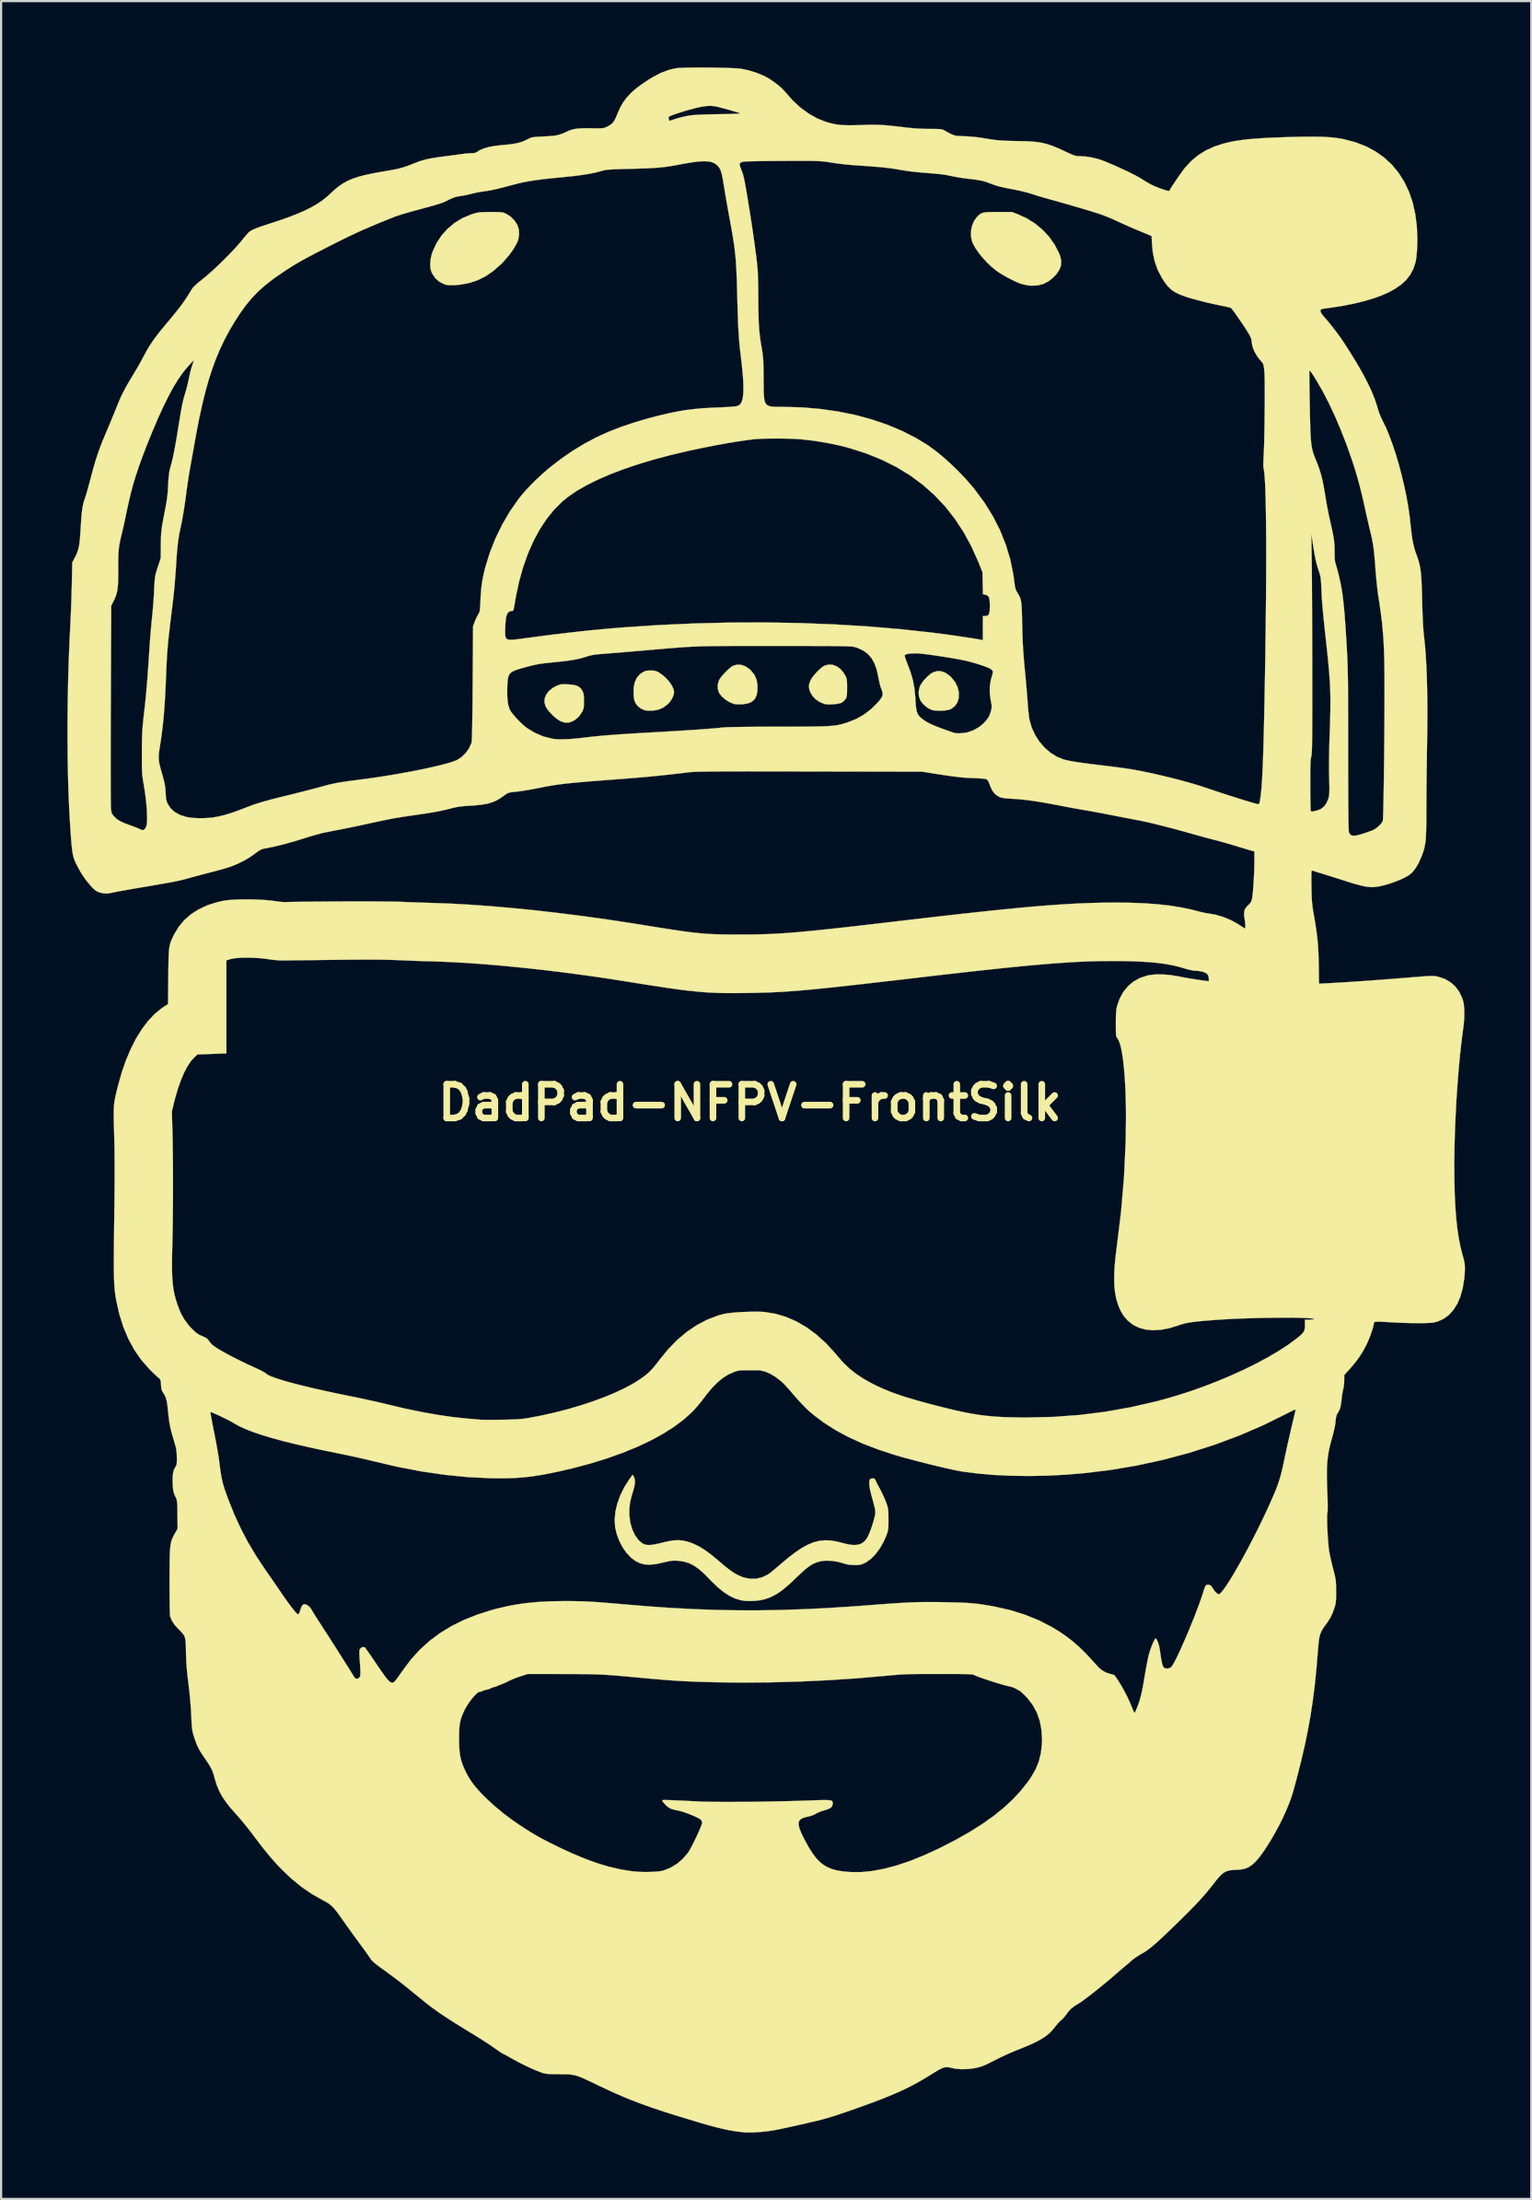
<source format=kicad_pcb>
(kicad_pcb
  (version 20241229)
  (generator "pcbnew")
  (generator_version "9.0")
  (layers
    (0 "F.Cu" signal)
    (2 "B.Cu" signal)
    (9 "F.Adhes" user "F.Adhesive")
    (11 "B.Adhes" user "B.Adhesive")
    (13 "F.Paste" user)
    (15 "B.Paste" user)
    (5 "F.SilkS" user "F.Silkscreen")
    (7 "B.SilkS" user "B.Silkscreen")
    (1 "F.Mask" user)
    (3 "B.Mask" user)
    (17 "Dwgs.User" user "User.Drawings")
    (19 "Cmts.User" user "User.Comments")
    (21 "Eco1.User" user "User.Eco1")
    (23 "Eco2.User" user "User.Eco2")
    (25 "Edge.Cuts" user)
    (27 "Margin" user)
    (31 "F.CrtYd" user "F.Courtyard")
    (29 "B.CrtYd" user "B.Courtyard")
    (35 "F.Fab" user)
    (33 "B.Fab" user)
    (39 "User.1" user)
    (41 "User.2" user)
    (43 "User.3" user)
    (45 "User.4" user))
  (footprint "DadPad-NFPV-FrontSilk"
    (layer "F.Cu")
    (at 30.879 46.811)
    (property "Reference" "DadPad-NFPV-FrontSilk" (at 0 0 0) (layer "F.SilkS") (effects (font (size 1.524 1.524) (thickness 0.3))))
    (attr through_hole)
    (fp_poly (pts (xy 8.666 -19.508) (xy 8.853 -19.437) (xy 9.04 -19.303) (xy 9.115 -19.232) (xy 9.285 -19.02) (xy 9.399 -18.791) (xy 9.454 -18.552) (xy 9.456 -18.523) (xy 9.447 -18.29) (xy 9.387 -18.095) (xy 9.276 -17.935) (xy 9.113 -17.811) (xy 9.081 -17.793) (xy 8.976 -17.759) (xy 8.828 -17.736) (xy 8.657 -17.725) (xy 8.483 -17.726) (xy 8.325 -17.741) (xy 8.22 -17.764) (xy 8.075 -17.834) (xy 7.925 -17.945) (xy 7.794 -18.078) (xy 7.708 -18.205) (xy 7.648 -18.382) (xy 7.637 -18.58) (xy 7.675 -18.776) (xy 7.715 -18.874) (xy 7.8 -19.008) (xy 7.916 -19.151) (xy 8.05 -19.286) (xy 8.183 -19.396) (xy 8.292 -19.462) (xy 8.48 -19.517) (xy 8.666 -19.508)) (stroke (width 0.01) (type solid)) (fill yes) (layer "F.SilkS"))
    (fp_poly (pts (xy -0.39 -19.798) (xy -0.202 -19.731) (xy -0.021 -19.608) (xy 0.04 -19.551) (xy 0.199 -19.355) (xy 0.298 -19.139) (xy 0.343 -18.894) (xy 0.344 -18.878) (xy 0.342 -18.621) (xy 0.301 -18.414) (xy 0.219 -18.252) (xy 0.094 -18.135) (xy -0.077 -18.058) (xy -0.295 -18.02) (xy -0.364 -18.015) (xy -0.498 -18.013) (xy -0.62 -18.018) (xy -0.706 -18.028) (xy -0.714 -18.03) (xy -0.898 -18.101) (xy -1.079 -18.209) (xy -1.24 -18.342) (xy -1.363 -18.485) (xy -1.399 -18.547) (xy -1.452 -18.714) (xy -1.453 -18.9) (xy -1.404 -19.084) (xy -1.391 -19.111) (xy -1.328 -19.213) (xy -1.23 -19.335) (xy -1.11 -19.465) (xy -0.984 -19.588) (xy -0.864 -19.689) (xy -0.766 -19.754) (xy -0.757 -19.758) (xy -0.578 -19.808) (xy -0.39 -19.798)) (stroke (width 0.01) (type solid)) (fill yes) (layer "F.SilkS"))
    (fp_poly (pts (xy -4.359 -19.538) (xy -4.26 -19.519) (xy -4.168 -19.48) (xy -4.112 -19.449) (xy -3.935 -19.326) (xy -3.773 -19.178) (xy -3.632 -19.015) (xy -3.522 -18.849) (xy -3.452 -18.69) (xy -3.429 -18.561) (xy -3.453 -18.433) (xy -3.515 -18.287) (xy -3.604 -18.144) (xy -3.709 -18.027) (xy -3.914 -17.872) (xy -4.128 -17.776) (xy -4.362 -17.732) (xy -4.413 -17.729) (xy -4.545 -17.727) (xy -4.666 -17.733) (xy -4.749 -17.744) (xy -4.751 -17.745) (xy -4.932 -17.822) (xy -5.085 -17.948) (xy -5.164 -18.054) (xy -5.208 -18.143) (xy -5.237 -18.239) (xy -5.255 -18.361) (xy -5.263 -18.476) (xy -5.258 -18.768) (xy -5.207 -19.016) (xy -5.111 -19.22) (xy -4.969 -19.381) (xy -4.862 -19.455) (xy -4.766 -19.505) (xy -4.672 -19.532) (xy -4.555 -19.541) (xy -4.493 -19.542) (xy -4.359 -19.538)) (stroke (width 0.01) (type solid)) (fill yes) (layer "F.SilkS"))
    (fp_poly (pts (xy -8.268 -18.918) (xy -8.246 -18.917) (xy -8.028 -18.9) (xy -7.862 -18.865) (xy -7.737 -18.808) (xy -7.644 -18.724) (xy -7.581 -18.629) (xy -7.547 -18.557) (xy -7.526 -18.482) (xy -7.514 -18.387) (xy -7.509 -18.255) (xy -7.509 -18.161) (xy -7.51 -18.005) (xy -7.517 -17.894) (xy -7.532 -17.812) (xy -7.559 -17.738) (xy -7.593 -17.669) (xy -7.735 -17.463) (xy -7.913 -17.309) (xy -8.033 -17.243) (xy -8.203 -17.188) (xy -8.364 -17.186) (xy -8.534 -17.239) (xy -8.614 -17.278) (xy -8.747 -17.367) (xy -8.891 -17.489) (xy -9.03 -17.629) (xy -9.149 -17.771) (xy -9.232 -17.899) (xy -9.243 -17.92) (xy -9.294 -18.102) (xy -9.284 -18.282) (xy -9.217 -18.454) (xy -9.096 -18.613) (xy -8.923 -18.752) (xy -8.77 -18.837) (xy -8.674 -18.879) (xy -8.596 -18.906) (xy -8.515 -18.919) (xy -8.412 -18.922) (xy -8.268 -18.918)) (stroke (width 0.01) (type solid)) (fill yes) (layer "F.SilkS"))
    (fp_poly (pts (xy 3.737 -19.803) (xy 3.916 -19.739) (xy 4.083 -19.623) (xy 4.23 -19.457) (xy 4.311 -19.324) (xy 4.348 -19.251) (xy 4.372 -19.185) (xy 4.387 -19.11) (xy 4.394 -19.011) (xy 4.397 -18.873) (xy 4.397 -18.764) (xy 4.396 -18.594) (xy 4.392 -18.474) (xy 4.382 -18.39) (xy 4.365 -18.327) (xy 4.338 -18.273) (xy 4.325 -18.252) (xy 4.249 -18.162) (xy 4.154 -18.09) (xy 4.137 -18.081) (xy 4.04 -18.051) (xy 3.901 -18.029) (xy 3.742 -18.015) (xy 3.583 -18.011) (xy 3.446 -18.018) (xy 3.379 -18.03) (xy 3.168 -18.113) (xy 2.98 -18.239) (xy 2.828 -18.399) (xy 2.724 -18.582) (xy 2.714 -18.607) (xy 2.674 -18.766) (xy 2.678 -18.91) (xy 2.728 -19.063) (xy 2.752 -19.114) (xy 2.826 -19.232) (xy 2.932 -19.366) (xy 3.055 -19.502) (xy 3.183 -19.624) (xy 3.301 -19.717) (xy 3.37 -19.758) (xy 3.552 -19.81) (xy 3.737 -19.803)) (stroke (width 0.01) (type solid)) (fill yes) (layer "F.SilkS"))
    (fp_poly (pts (xy 11.859 -40.274) (xy 12.131 -40.17) (xy 12.533 -39.985) (xy 12.906 -39.75) (xy 13.243 -39.47) (xy 13.54 -39.152) (xy 13.789 -38.8) (xy 13.984 -38.421) (xy 13.99 -38.408) (xy 14.037 -38.275) (xy 14.074 -38.135) (xy 14.088 -38.05) (xy 14.077 -37.859) (xy 14.003 -37.663) (xy 13.866 -37.462) (xy 13.75 -37.336) (xy 13.525 -37.149) (xy 13.28 -37.022) (xy 13.013 -36.954) (xy 12.723 -36.944) (xy 12.604 -36.956) (xy 12.466 -36.981) (xy 12.316 -37.017) (xy 12.255 -37.035) (xy 12.09 -37.099) (xy 11.891 -37.19) (xy 11.678 -37.3) (xy 11.467 -37.418) (xy 11.276 -37.535) (xy 11.149 -37.623) (xy 10.929 -37.803) (xy 10.713 -38.01) (xy 10.512 -38.231) (xy 10.333 -38.456) (xy 10.187 -38.674) (xy 10.081 -38.874) (xy 10.048 -38.961) (xy 10.002 -39.186) (xy 10.006 -39.423) (xy 10.055 -39.657) (xy 10.145 -39.871) (xy 10.273 -40.05) (xy 10.289 -40.066) (xy 10.359 -40.133) (xy 10.423 -40.184) (xy 10.491 -40.221) (xy 10.573 -40.247) (xy 10.68 -40.262) (xy 10.82 -40.271) (xy 11.005 -40.274) (xy 11.224 -40.274) (xy 11.859 -40.274)) (stroke (width 0.01) (type solid)) (fill yes) (layer "F.SilkS"))
    (fp_poly (pts (xy -11.521 -40.274) (xy -11.377 -40.272) (xy -11.272 -40.266) (xy -11.194 -40.256) (xy -11.13 -40.239) (xy -11.068 -40.213) (xy -11.01 -40.186) (xy -10.82 -40.061) (xy -10.652 -39.891) (xy -10.523 -39.693) (xy -10.512 -39.671) (xy -10.455 -39.481) (xy -10.442 -39.268) (xy -10.475 -39.051) (xy -10.537 -38.878) (xy -10.689 -38.611) (xy -10.89 -38.331) (xy -11.132 -38.049) (xy -11.253 -37.925) (xy -11.594 -37.621) (xy -11.945 -37.377) (xy -12.312 -37.193) (xy -12.699 -37.064) (xy -13.111 -36.989) (xy -13.335 -36.971) (xy -13.503 -36.965) (xy -13.627 -36.968) (xy -13.724 -36.982) (xy -13.814 -37.007) (xy -13.828 -37.012) (xy -14.046 -37.119) (xy -14.221 -37.269) (xy -14.358 -37.467) (xy -14.417 -37.592) (xy -14.455 -37.75) (xy -14.463 -37.945) (xy -14.441 -38.161) (xy -14.39 -38.38) (xy -14.356 -38.479) (xy -14.18 -38.862) (xy -13.953 -39.208) (xy -13.679 -39.516) (xy -13.363 -39.779) (xy -13.01 -39.995) (xy -12.622 -40.16) (xy -12.487 -40.203) (xy -12.382 -40.231) (xy -12.281 -40.251) (xy -12.169 -40.264) (xy -12.034 -40.271) (xy -11.858 -40.274) (xy -11.716 -40.275) (xy -11.521 -40.274)) (stroke (width 0.01) (type solid)) (fill yes) (layer "F.SilkS"))
    (fp_poly (pts (xy -5.251 16.908) (xy -5.208 17.018) (xy -5.2 17.165) (xy -5.228 17.354) (xy -5.294 17.59) (xy -5.376 17.873) (xy -5.429 18.122) (xy -5.454 18.358) (xy -5.455 18.6) (xy -5.453 18.657) (xy -5.412 18.982) (xy -5.328 19.281) (xy -5.205 19.545) (xy -5.046 19.765) (xy -4.994 19.818) (xy -4.895 19.903) (xy -4.792 19.961) (xy -4.677 19.993) (xy -4.539 20) (xy -4.369 19.982) (xy -4.157 19.94) (xy -3.955 19.891) (xy -3.679 19.828) (xy -3.445 19.791) (xy -3.238 19.782) (xy -3.044 19.798) (xy -2.848 19.84) (xy -2.831 19.844) (xy -2.575 19.932) (xy -2.317 20.054) (xy -2.05 20.217) (xy -1.765 20.424) (xy -1.456 20.68) (xy -1.442 20.691) (xy -1.204 20.895) (xy -1.002 21.059) (xy -0.826 21.189) (xy -0.667 21.291) (xy -0.517 21.371) (xy -0.368 21.435) (xy -0.286 21.464) (xy -0.006 21.525) (xy 0.274 21.524) (xy 0.546 21.462) (xy 0.803 21.34) (xy 0.846 21.312) (xy 0.914 21.262) (xy 1.018 21.179) (xy 1.148 21.072) (xy 1.292 20.95) (xy 1.396 20.86) (xy 1.743 20.568) (xy 2.059 20.327) (xy 2.35 20.132) (xy 2.624 19.983) (xy 2.885 19.877) (xy 3.14 19.812) (xy 3.396 19.786) (xy 3.659 19.796) (xy 3.935 19.841) (xy 4.187 19.906) (xy 4.464 19.974) (xy 4.697 20.001) (xy 4.891 19.986) (xy 5.053 19.929) (xy 5.189 19.828) (xy 5.288 19.705) (xy 5.35 19.59) (xy 5.421 19.429) (xy 5.493 19.239) (xy 5.56 19.034) (xy 5.618 18.832) (xy 5.655 18.677) (xy 5.667 18.615) (xy 5.676 18.562) (xy 5.678 18.509) (xy 5.673 18.446) (xy 5.66 18.366) (xy 5.636 18.26) (xy 5.6 18.12) (xy 5.551 17.936) (xy 5.487 17.701) (xy 5.478 17.669) (xy 5.433 17.474) (xy 5.407 17.301) (xy 5.401 17.159) (xy 5.415 17.06) (xy 5.436 17.024) (xy 5.494 16.996) (xy 5.564 16.986) (xy 5.629 16.997) (xy 5.672 17.041) (xy 5.702 17.105) (xy 5.745 17.206) (xy 5.791 17.295) (xy 5.796 17.304) (xy 5.893 17.478) (xy 5.995 17.682) (xy 6.091 17.892) (xy 6.168 18.08) (xy 6.182 18.121) (xy 6.216 18.223) (xy 6.24 18.313) (xy 6.255 18.406) (xy 6.264 18.517) (xy 6.268 18.662) (xy 6.269 18.844) (xy 6.269 19.03) (xy 6.266 19.167) (xy 6.258 19.272) (xy 6.243 19.359) (xy 6.22 19.443) (xy 6.185 19.539) (xy 6.168 19.586) (xy 6.033 19.887) (xy 5.871 20.163) (xy 5.688 20.408) (xy 5.492 20.61) (xy 5.29 20.761) (xy 5.213 20.804) (xy 5.099 20.856) (xy 5.006 20.887) (xy 4.907 20.902) (xy 4.779 20.906) (xy 4.731 20.906) (xy 4.544 20.897) (xy 4.374 20.868) (xy 4.191 20.815) (xy 3.946 20.751) (xy 3.692 20.714) (xy 3.448 20.705) (xy 3.235 20.725) (xy 3.203 20.732) (xy 3.051 20.773) (xy 2.913 20.826) (xy 2.779 20.897) (xy 2.639 20.992) (xy 2.483 21.117) (xy 2.303 21.28) (xy 2.143 21.432) (xy 1.888 21.675) (xy 1.666 21.874) (xy 1.468 22.036) (xy 1.286 22.166) (xy 1.112 22.27) (xy 0.939 22.354) (xy 0.757 22.423) (xy 0.683 22.447) (xy 0.481 22.494) (xy 0.245 22.523) (xy -0.001 22.532) (xy -0.233 22.522) (xy -0.407 22.496) (xy -0.671 22.415) (xy -0.932 22.29) (xy -1.197 22.117) (xy -1.471 21.893) (xy -1.759 21.614) (xy -1.845 21.524) (xy -2.09 21.276) (xy -2.316 21.08) (xy -2.531 20.93) (xy -2.744 20.823) (xy -2.963 20.753) (xy -3.197 20.715) (xy -3.272 20.709) (xy -3.398 20.704) (xy -3.508 20.708) (xy -3.621 20.722) (xy -3.756 20.749) (xy -3.932 20.792) (xy -3.948 20.796) (xy -4.261 20.863) (xy -4.533 20.889) (xy -4.773 20.874) (xy -4.989 20.816) (xy -5.19 20.712) (xy -5.385 20.563) (xy -5.396 20.554) (xy -5.59 20.344) (xy -5.766 20.088) (xy -5.914 19.8) (xy -6.026 19.498) (xy -6.096 19.196) (xy -6.096 19.193) (xy -6.117 18.852) (xy -6.084 18.492) (xy -5.997 18.121) (xy -5.86 17.746) (xy -5.675 17.375) (xy -5.482 17.07) (xy -5.308 16.821) (xy -5.251 16.908)) (stroke (width 0.01) (type solid)) (fill yes) (layer "F.SilkS"))
    (fp_poly (pts (xy -1.852 -46.805) (xy -1.565 -46.802) (xy -1.286 -46.796) (xy -1.026 -46.789) (xy -0.794 -46.78) (xy -0.599 -46.77) (xy -0.449 -46.758) (xy -0.382 -46.75) (xy -0.017 -46.67) (xy 0.35 -46.552) (xy 0.69 -46.404) (xy 0.741 -46.377) (xy 0.926 -46.268) (xy 1.119 -46.134) (xy 1.304 -45.99) (xy 1.464 -45.848) (xy 1.584 -45.719) (xy 1.587 -45.716) (xy 1.928 -45.328) (xy 2.289 -44.995) (xy 2.667 -44.719) (xy 3.058 -44.501) (xy 3.413 -44.36) (xy 3.584 -44.307) (xy 3.745 -44.266) (xy 3.905 -44.235) (xy 4.075 -44.213) (xy 4.264 -44.201) (xy 4.483 -44.196) (xy 4.741 -44.198) (xy 5.049 -44.206) (xy 5.191 -44.211) (xy 5.384 -44.218) (xy 5.561 -44.22) (xy 5.731 -44.218) (xy 5.905 -44.212) (xy 6.092 -44.2) (xy 6.302 -44.181) (xy 6.545 -44.156) (xy 6.831 -44.124) (xy 7.17 -44.083) (xy 7.176 -44.083) (xy 7.382 -44.063) (xy 7.626 -44.046) (xy 7.883 -44.035) (xy 8.126 -44.031) (xy 8.144 -44.031) (xy 8.343 -44.031) (xy 8.491 -44.028) (xy 8.597 -44.023) (xy 8.673 -44.013) (xy 8.73 -43.998) (xy 8.78 -43.976) (xy 8.811 -43.959) (xy 8.976 -43.865) (xy 9.103 -43.799) (xy 9.207 -43.754) (xy 9.305 -43.727) (xy 9.412 -43.712) (xy 9.546 -43.705) (xy 9.662 -43.702) (xy 9.857 -43.693) (xy 10.07 -43.677) (xy 10.272 -43.656) (xy 10.382 -43.641) (xy 10.569 -43.613) (xy 10.778 -43.58) (xy 10.973 -43.55) (xy 11.033 -43.541) (xy 11.214 -43.52) (xy 11.452 -43.503) (xy 11.744 -43.49) (xy 12.083 -43.483) (xy 12.129 -43.482) (xy 12.466 -43.476) (xy 12.754 -43.461) (xy 13.005 -43.437) (xy 13.233 -43.399) (xy 13.451 -43.344) (xy 13.673 -43.271) (xy 13.911 -43.175) (xy 14.18 -43.054) (xy 14.288 -43.003) (xy 14.458 -42.923) (xy 14.584 -42.868) (xy 14.68 -42.832) (xy 14.76 -42.811) (xy 14.837 -42.802) (xy 14.925 -42.799) (xy 14.944 -42.799) (xy 15.192 -42.784) (xy 15.466 -42.741) (xy 15.737 -42.676) (xy 15.904 -42.623) (xy 16.083 -42.555) (xy 16.294 -42.467) (xy 16.526 -42.366) (xy 16.768 -42.257) (xy 17.007 -42.146) (xy 17.232 -42.037) (xy 17.431 -41.936) (xy 17.593 -41.849) (xy 17.695 -41.789) (xy 17.84 -41.698) (xy 17.989 -41.609) (xy 18.12 -41.535) (xy 18.178 -41.504) (xy 18.299 -41.448) (xy 18.438 -41.39) (xy 18.582 -41.335) (xy 18.72 -41.287) (xy 18.839 -41.25) (xy 18.928 -41.228) (xy 18.973 -41.226) (xy 18.977 -41.229) (xy 19.003 -41.281) (xy 19.059 -41.373) (xy 19.139 -41.496) (xy 19.234 -41.638) (xy 19.337 -41.79) (xy 19.442 -41.941) (xy 19.541 -42.079) (xy 19.626 -42.196) (xy 19.679 -42.264) (xy 19.965 -42.577) (xy 20.279 -42.841) (xy 20.628 -43.058) (xy 21.019 -43.235) (xy 21.399 -43.36) (xy 21.613 -43.415) (xy 21.833 -43.462) (xy 22.067 -43.504) (xy 22.322 -43.539) (xy 22.604 -43.57) (xy 22.92 -43.596) (xy 23.277 -43.619) (xy 23.681 -43.638) (xy 24.139 -43.655) (xy 24.346 -43.662) (xy 24.789 -43.674) (xy 25.177 -43.68) (xy 25.515 -43.681) (xy 25.812 -43.677) (xy 26.074 -43.666) (xy 26.309 -43.649) (xy 26.524 -43.625) (xy 26.726 -43.594) (xy 26.896 -43.561) (xy 27.408 -43.426) (xy 27.881 -43.242) (xy 28.312 -43.011) (xy 28.701 -42.734) (xy 29.048 -42.412) (xy 29.35 -42.047) (xy 29.608 -41.64) (xy 29.821 -41.193) (xy 29.988 -40.705) (xy 30.107 -40.18) (xy 30.178 -39.618) (xy 30.201 -39.02) (xy 30.189 -38.616) (xy 30.176 -38.437) (xy 30.158 -38.26) (xy 30.137 -38.107) (xy 30.116 -37.997) (xy 30.116 -37.996) (xy 30.017 -37.701) (xy 29.877 -37.438) (xy 29.693 -37.201) (xy 29.458 -36.987) (xy 29.168 -36.79) (xy 28.906 -36.646) (xy 28.581 -36.502) (xy 28.201 -36.365) (xy 27.774 -36.24) (xy 27.309 -36.128) (xy 26.813 -36.03) (xy 26.295 -35.95) (xy 26.226 -35.941) (xy 26.092 -35.923) (xy 25.976 -35.906) (xy 25.898 -35.894) (xy 25.884 -35.891) (xy 25.823 -35.856) (xy 25.814 -35.789) (xy 25.857 -35.691) (xy 25.951 -35.567) (xy 25.972 -35.544) (xy 26.154 -35.334) (xy 26.351 -35.09) (xy 26.548 -34.835) (xy 26.728 -34.587) (xy 26.839 -34.425) (xy 27.18 -33.897) (xy 27.477 -33.411) (xy 27.734 -32.962) (xy 27.95 -32.549) (xy 28.13 -32.167) (xy 28.273 -31.813) (xy 28.381 -31.483) (xy 28.404 -31.404) (xy 28.46 -31.225) (xy 28.535 -31.034) (xy 28.613 -30.864) (xy 28.626 -30.839) (xy 28.776 -30.535) (xy 28.926 -30.176) (xy 29.075 -29.773) (xy 29.22 -29.334) (xy 29.358 -28.871) (xy 29.486 -28.391) (xy 29.602 -27.904) (xy 29.704 -27.42) (xy 29.788 -26.948) (xy 29.853 -26.498) (xy 29.877 -26.28) (xy 29.91 -25.969) (xy 29.941 -25.71) (xy 29.972 -25.494) (xy 30.006 -25.308) (xy 30.044 -25.143) (xy 30.088 -24.988) (xy 30.141 -24.831) (xy 30.15 -24.807) (xy 30.207 -24.646) (xy 30.254 -24.498) (xy 30.293 -24.354) (xy 30.324 -24.208) (xy 30.349 -24.049) (xy 30.368 -23.87) (xy 30.383 -23.662) (xy 30.395 -23.416) (xy 30.405 -23.126) (xy 30.414 -22.781) (xy 30.415 -22.733) (xy 30.424 -22.396) (xy 30.435 -22.079) (xy 30.447 -21.79) (xy 30.461 -21.539) (xy 30.476 -21.334) (xy 30.49 -21.183) (xy 30.491 -21.177) (xy 30.54 -20.724) (xy 30.58 -20.222) (xy 30.612 -19.67) (xy 30.634 -19.066) (xy 30.648 -18.408) (xy 30.653 -17.692) (xy 30.649 -16.918) (xy 30.639 -16.19) (xy 30.632 -15.814) (xy 30.627 -15.411) (xy 30.621 -14.994) (xy 30.617 -14.578) (xy 30.613 -14.175) (xy 30.61 -13.799) (xy 30.608 -13.464) (xy 30.608 -13.268) (xy 30.607 -12.903) (xy 30.604 -12.594) (xy 30.599 -12.334) (xy 30.591 -12.115) (xy 30.579 -11.93) (xy 30.563 -11.773) (xy 30.541 -11.634) (xy 30.513 -11.508) (xy 30.479 -11.386) (xy 30.437 -11.261) (xy 30.405 -11.174) (xy 30.272 -10.865) (xy 30.126 -10.612) (xy 29.963 -10.408) (xy 29.936 -10.381) (xy 29.818 -10.289) (xy 29.65 -10.192) (xy 29.445 -10.094) (xy 29.215 -10.001) (xy 28.972 -9.915) (xy 28.73 -9.843) (xy 28.501 -9.788) (xy 28.297 -9.755) (xy 28.172 -9.747) (xy 28.041 -9.753) (xy 27.902 -9.769) (xy 27.744 -9.799) (xy 27.558 -9.844) (xy 27.335 -9.906) (xy 27.067 -9.989) (xy 26.925 -10.034) (xy 26.699 -10.106) (xy 26.467 -10.179) (xy 26.244 -10.249) (xy 26.047 -10.311) (xy 25.892 -10.359) (xy 25.869 -10.366) (xy 25.721 -10.411) (xy 25.592 -10.451) (xy 25.496 -10.482) (xy 25.447 -10.498) (xy 25.447 -10.498) (xy 25.431 -10.499) (xy 25.419 -10.483) (xy 25.411 -10.443) (xy 25.406 -10.372) (xy 25.403 -10.262) (xy 25.404 -10.107) (xy 25.406 -9.899) (xy 25.408 -9.775) (xy 25.412 -9.521) (xy 25.419 -9.316) (xy 25.428 -9.144) (xy 25.441 -8.99) (xy 25.459 -8.838) (xy 25.484 -8.674) (xy 25.518 -8.482) (xy 25.518 -8.477) (xy 25.585 -8.089) (xy 25.637 -7.743) (xy 25.676 -7.422) (xy 25.704 -7.105) (xy 25.723 -6.775) (xy 25.735 -6.413) (xy 25.739 -6.207) (xy 25.751 -5.382) (xy 25.948 -5.391) (xy 26.276 -5.408) (xy 26.658 -5.43) (xy 27.086 -5.457) (xy 27.549 -5.488) (xy 28.04 -5.522) (xy 28.55 -5.56) (xy 29.068 -5.599) (xy 29.588 -5.64) (xy 29.944 -5.669) (xy 30.221 -5.692) (xy 30.442 -5.709) (xy 30.617 -5.722) (xy 30.752 -5.729) (xy 30.857 -5.731) (xy 30.94 -5.73) (xy 31.008 -5.724) (xy 31.07 -5.713) (xy 31.132 -5.7) (xy 31.434 -5.6) (xy 31.697 -5.45) (xy 31.919 -5.253) (xy 32.098 -5.011) (xy 32.231 -4.726) (xy 32.276 -4.582) (xy 32.306 -4.412) (xy 32.323 -4.195) (xy 32.324 -3.947) (xy 32.311 -3.683) (xy 32.283 -3.418) (xy 32.278 -3.381) (xy 32.203 -2.809) (xy 32.133 -2.183) (xy 32.07 -1.516) (xy 32.014 -0.818) (xy 31.966 -0.1) (xy 31.928 0.627) (xy 31.898 1.352) (xy 31.879 2.066) (xy 31.871 2.756) (xy 31.871 2.873) (xy 31.876 3.54) (xy 31.891 4.148) (xy 31.918 4.704) (xy 31.956 5.21) (xy 32.006 5.673) (xy 32.069 6.097) (xy 32.145 6.487) (xy 32.234 6.847) (xy 32.273 6.983) (xy 32.316 7.146) (xy 32.342 7.304) (xy 32.351 7.473) (xy 32.346 7.669) (xy 32.326 7.908) (xy 32.32 7.963) (xy 32.254 8.379) (xy 32.152 8.752) (xy 32.014 9.079) (xy 31.841 9.358) (xy 31.636 9.587) (xy 31.399 9.765) (xy 31.132 9.888) (xy 30.963 9.934) (xy 30.851 9.949) (xy 30.685 9.959) (xy 30.473 9.965) (xy 30.224 9.966) (xy 29.945 9.963) (xy 29.647 9.956) (xy 29.337 9.945) (xy 29.024 9.929) (xy 28.956 9.925) (xy 28.723 9.911) (xy 28.546 9.902) (xy 28.417 9.899) (xy 28.328 9.903) (xy 28.273 9.915) (xy 28.242 9.936) (xy 28.229 9.965) (xy 28.226 10.006) (xy 28.226 10.009) (xy 28.214 10.086) (xy 28.181 10.207) (xy 28.131 10.358) (xy 28.072 10.525) (xy 28.006 10.695) (xy 27.939 10.852) (xy 27.884 10.969) (xy 27.729 11.256) (xy 27.557 11.522) (xy 27.357 11.785) (xy 27.167 12.008) (xy 26.892 12.316) (xy 26.892 12.548) (xy 26.885 12.695) (xy 26.866 12.847) (xy 26.845 12.954) (xy 26.821 13.064) (xy 26.796 13.213) (xy 26.775 13.376) (xy 26.766 13.454) (xy 26.743 13.645) (xy 26.711 13.792) (xy 26.664 13.915) (xy 26.595 14.033) (xy 26.573 14.065) (xy 26.534 14.162) (xy 26.507 14.318) (xy 26.501 14.399) (xy 26.478 14.58) (xy 26.43 14.813) (xy 26.358 15.092) (xy 26.338 15.161) (xy 26.268 15.415) (xy 26.212 15.653) (xy 26.169 15.883) (xy 26.137 16.116) (xy 26.117 16.362) (xy 26.107 16.631) (xy 26.106 16.934) (xy 26.113 17.28) (xy 26.127 17.657) (xy 26.137 17.94) (xy 26.143 18.174) (xy 26.143 18.356) (xy 26.138 18.482) (xy 26.13 18.544) (xy 26.121 18.615) (xy 26.117 18.738) (xy 26.117 18.902) (xy 26.122 19.096) (xy 26.13 19.31) (xy 26.142 19.531) (xy 26.156 19.749) (xy 26.172 19.952) (xy 26.19 20.13) (xy 26.208 20.272) (xy 26.21 20.28) (xy 26.235 20.418) (xy 26.274 20.597) (xy 26.32 20.797) (xy 26.37 21) (xy 26.389 21.074) (xy 26.439 21.265) (xy 26.474 21.414) (xy 26.498 21.539) (xy 26.512 21.659) (xy 26.52 21.792) (xy 26.523 21.958) (xy 26.524 22.082) (xy 26.524 22.283) (xy 26.521 22.434) (xy 26.513 22.552) (xy 26.5 22.649) (xy 26.478 22.741) (xy 26.453 22.827) (xy 26.366 23.072) (xy 26.264 23.284) (xy 26.134 23.491) (xy 26.045 23.613) (xy 25.953 23.739) (xy 25.882 23.853) (xy 25.827 23.966) (xy 25.786 24.091) (xy 25.755 24.238) (xy 25.731 24.419) (xy 25.71 24.645) (xy 25.698 24.797) (xy 25.633 25.591) (xy 25.557 26.335) (xy 25.468 27.044) (xy 25.363 27.731) (xy 25.24 28.409) (xy 25.098 29.091) (xy 24.934 29.792) (xy 24.881 30.004) (xy 24.795 30.341) (xy 24.722 30.625) (xy 24.658 30.864) (xy 24.602 31.067) (xy 24.55 31.243) (xy 24.5 31.399) (xy 24.449 31.544) (xy 24.395 31.687) (xy 24.334 31.837) (xy 24.265 32.001) (xy 24.252 32.032) (xy 24.113 32.338) (xy 23.955 32.656) (xy 23.782 32.977) (xy 23.602 33.291) (xy 23.42 33.586) (xy 23.243 33.854) (xy 23.075 34.085) (xy 22.923 34.268) (xy 22.9 34.293) (xy 22.73 34.455) (xy 22.563 34.567) (xy 22.383 34.639) (xy 22.172 34.677) (xy 21.987 34.687) (xy 21.808 34.696) (xy 21.66 34.72) (xy 21.531 34.764) (xy 21.412 34.835) (xy 21.293 34.939) (xy 21.162 35.084) (xy 21.011 35.275) (xy 20.982 35.312) (xy 20.793 35.553) (xy 20.59 35.795) (xy 20.366 36.046) (xy 20.114 36.314) (xy 19.825 36.608) (xy 19.601 36.831) (xy 19.286 37.14) (xy 19.011 37.406) (xy 18.772 37.634) (xy 18.565 37.828) (xy 18.386 37.99) (xy 18.231 38.124) (xy 18.095 38.234) (xy 17.976 38.323) (xy 17.868 38.396) (xy 17.768 38.455) (xy 17.751 38.464) (xy 17.605 38.549) (xy 17.459 38.643) (xy 17.337 38.733) (xy 17.293 38.771) (xy 17.184 38.868) (xy 17.071 38.965) (xy 16.996 39.026) (xy 16.921 39.088) (xy 16.812 39.179) (xy 16.684 39.289) (xy 16.55 39.406) (xy 16.535 39.419) (xy 16.35 39.578) (xy 16.149 39.747) (xy 15.937 39.921) (xy 15.725 40.093) (xy 15.518 40.257) (xy 15.325 40.406) (xy 15.154 40.536) (xy 15.013 40.638) (xy 14.909 40.708) (xy 14.883 40.724) (xy 14.689 40.843) (xy 14.539 40.959) (xy 14.416 41.087) (xy 14.322 41.216) (xy 14.242 41.323) (xy 14.157 41.418) (xy 14.09 41.477) (xy 14.025 41.534) (xy 13.938 41.626) (xy 13.844 41.739) (xy 13.801 41.794) (xy 13.684 41.937) (xy 13.558 42.067) (xy 13.414 42.187) (xy 13.245 42.302) (xy 13.045 42.416) (xy 12.807 42.534) (xy 12.522 42.66) (xy 12.184 42.798) (xy 12.144 42.814) (xy 11.94 42.897) (xy 11.749 42.978) (xy 11.557 43.064) (xy 11.353 43.16) (xy 11.125 43.272) (xy 10.86 43.405) (xy 10.7 43.487) (xy 10.462 43.583) (xy 10.185 43.652) (xy 9.887 43.692) (xy 9.587 43.702) (xy 9.304 43.68) (xy 9.124 43.643) (xy 9.021 43.618) (xy 8.93 43.607) (xy 8.843 43.611) (xy 8.749 43.635) (xy 8.639 43.681) (xy 8.504 43.754) (xy 8.334 43.855) (xy 8.147 43.972) (xy 7.854 44.15) (xy 7.564 44.316) (xy 7.269 44.473) (xy 6.962 44.624) (xy 6.632 44.774) (xy 6.274 44.925) (xy 5.878 45.082) (xy 5.436 45.249) (xy 4.969 45.418) (xy 4.578 45.556) (xy 4.238 45.674) (xy 3.942 45.772) (xy 3.68 45.855) (xy 3.445 45.925) (xy 3.229 45.984) (xy 3.032 46.033) (xy 2.594 46.135) (xy 2.214 46.222) (xy 1.886 46.296) (xy 1.606 46.357) (xy 1.37 46.407) (xy 1.174 46.445) (xy 1.013 46.474) (xy 0.969 46.481) (xy 0.734 46.513) (xy 0.485 46.538) (xy 0.239 46.555) (xy 0.013 46.562) (xy -0.173 46.56) (xy -0.222 46.557) (xy -0.463 46.533) (xy -0.701 46.501) (xy -0.948 46.458) (xy -1.212 46.402) (xy -1.503 46.332) (xy -1.83 46.244) (xy -2.202 46.138) (xy -2.397 46.08) (xy -2.951 45.913) (xy -3.452 45.759) (xy -3.906 45.614) (xy -4.321 45.477) (xy -4.706 45.343) (xy -5.067 45.21) (xy -5.413 45.076) (xy -5.75 44.937) (xy -6.088 44.79) (xy -6.433 44.634) (xy -6.793 44.464) (xy -6.89 44.418) (xy -7.156 44.289) (xy -7.375 44.186) (xy -7.555 44.104) (xy -7.706 44.042) (xy -7.837 43.997) (xy -7.958 43.966) (xy -8.078 43.946) (xy -8.207 43.934) (xy -8.354 43.929) (xy -8.528 43.927) (xy -8.62 43.926) (xy -8.834 43.925) (xy -8.997 43.921) (xy -9.121 43.915) (xy -9.218 43.905) (xy -9.3 43.89) (xy -9.379 43.868) (xy -9.461 43.84) (xy -9.674 43.758) (xy -9.924 43.649) (xy -10.195 43.521) (xy -10.472 43.381) (xy -10.739 43.236) (xy -10.802 43.2) (xy -10.939 43.122) (xy -11.057 43.058) (xy -11.143 43.012) (xy -11.188 42.99) (xy -11.191 42.989) (xy -11.225 42.972) (xy -11.298 42.925) (xy -11.398 42.856) (xy -11.473 42.803) (xy -11.612 42.705) (xy -11.757 42.605) (xy -11.916 42.5) (xy -12.098 42.383) (xy -12.309 42.25) (xy -12.559 42.096) (xy -12.855 41.916) (xy -12.89 41.894) (xy -13.333 41.621) (xy -13.724 41.37) (xy -14.068 41.139) (xy -14.372 40.922) (xy -14.64 40.717) (xy -14.711 40.66) (xy -14.873 40.528) (xy -15.063 40.374) (xy -15.258 40.215) (xy -15.437 40.069) (xy -15.463 40.048) (xy -15.621 39.921) (xy -15.782 39.794) (xy -15.955 39.661) (xy -16.148 39.516) (xy -16.371 39.351) (xy -16.63 39.162) (xy -16.858 38.997) (xy -16.977 38.903) (xy -17.08 38.808) (xy -17.15 38.727) (xy -17.162 38.709) (xy -17.2 38.649) (xy -17.271 38.547) (xy -17.365 38.414) (xy -17.478 38.258) (xy -17.602 38.089) (xy -17.641 38.036) (xy -17.792 37.831) (xy -17.959 37.602) (xy -18.127 37.369) (xy -18.282 37.151) (xy -18.397 36.989) (xy -18.551 36.771) (xy -18.678 36.598) (xy -18.786 36.462) (xy -18.884 36.355) (xy -18.98 36.269) (xy -19.08 36.195) (xy -19.195 36.126) (xy -19.332 36.053) (xy -19.337 36.051) (xy -19.823 35.775) (xy -20.285 35.458) (xy -20.733 35.093) (xy -21.13 34.718) (xy -21.324 34.519) (xy -21.509 34.319) (xy -21.693 34.108) (xy -21.885 33.877) (xy -22.091 33.618) (xy -22.32 33.319) (xy -22.463 33.129) (xy -22.612 32.933) (xy -22.771 32.732) (xy -22.927 32.539) (xy -23.072 32.366) (xy -23.192 32.228) (xy -23.221 32.197) (xy -23.487 31.899) (xy -23.705 31.623) (xy -23.881 31.361) (xy -24.02 31.101) (xy -24.129 30.834) (xy -24.21 30.565) (xy -24.254 30.403) (xy -24.298 30.267) (xy -24.35 30.144) (xy -24.416 30.019) (xy -24.505 29.875) (xy -24.623 29.7) (xy -24.654 29.654) (xy -24.781 29.466) (xy -24.879 29.311) (xy -24.955 29.173) (xy -25.019 29.036) (xy -25.078 28.881) (xy -25.117 28.765) (xy -13.159 28.765) (xy -13.154 29.066) (xy -13.138 29.318) (xy -13.108 29.538) (xy -13.062 29.74) (xy -12.995 29.939) (xy -12.905 30.151) (xy -12.863 30.242) (xy -12.732 30.488) (xy -12.579 30.724) (xy -12.396 30.96) (xy -12.173 31.208) (xy -11.949 31.434) (xy -11.563 31.792) (xy -11.165 32.123) (xy -10.738 32.442) (xy -10.382 32.685) (xy -10.14 32.843) (xy -9.923 32.98) (xy -9.717 33.104) (xy -9.509 33.222) (xy -9.286 33.341) (xy -9.035 33.47) (xy -8.742 33.614) (xy -8.664 33.653) (xy -8.048 33.939) (xy -7.47 34.181) (xy -6.924 34.38) (xy -6.403 34.538) (xy -5.902 34.656) (xy -5.415 34.738) (xy -5.175 34.765) (xy -4.962 34.779) (xy -4.731 34.785) (xy -4.499 34.781) (xy -4.28 34.77) (xy -4.089 34.752) (xy -3.941 34.727) (xy -3.905 34.717) (xy -3.594 34.592) (xy -3.299 34.413) (xy -3.034 34.188) (xy -2.811 33.927) (xy -2.783 33.886) (xy -2.722 33.789) (xy -2.648 33.654) (xy -2.565 33.494) (xy -2.479 33.319) (xy -2.393 33.139) (xy -2.314 32.965) (xy -2.246 32.809) (xy -2.195 32.68) (xy -2.165 32.59) (xy -2.159 32.559) (xy -2.179 32.48) (xy -2.215 32.423) (xy -2.275 32.377) (xy -2.384 32.319) (xy -2.526 32.253) (xy -2.69 32.185) (xy -2.861 32.12) (xy -3.028 32.063) (xy -3.175 32.02) (xy -3.286 31.997) (xy -3.426 31.968) (xy -3.559 31.927) (xy -3.64 31.89) (xy -3.721 31.833) (xy -3.808 31.754) (xy -3.888 31.67) (xy -3.946 31.594) (xy -3.969 31.542) (xy -3.953 31.535) (xy -3.903 31.531) (xy -3.815 31.531) (xy -3.686 31.533) (xy -3.511 31.539) (xy -3.288 31.548) (xy -3.011 31.56) (xy -2.678 31.577) (xy -2.349 31.593) (xy -2.119 31.603) (xy -1.832 31.609) (xy -1.496 31.614) (xy -1.119 31.616) (xy -0.708 31.615) (xy -0.27 31.613) (xy 0.188 31.609) (xy 0.658 31.602) (xy 1.133 31.593) (xy 1.606 31.583) (xy 2.069 31.571) (xy 2.515 31.556) (xy 2.561 31.555) (xy 2.867 31.544) (xy 3.114 31.536) (xy 3.31 31.532) (xy 3.461 31.532) (xy 3.572 31.537) (xy 3.65 31.547) (xy 3.701 31.564) (xy 3.729 31.587) (xy 3.743 31.617) (xy 3.746 31.655) (xy 3.747 31.677) (xy 3.736 31.768) (xy 3.7 31.84) (xy 3.628 31.898) (xy 3.512 31.95) (xy 3.343 32.003) (xy 3.322 32.009) (xy 3.189 32.052) (xy 3.063 32.105) (xy 2.975 32.154) (xy 2.863 32.211) (xy 2.713 32.26) (xy 2.628 32.279) (xy 2.459 32.32) (xy 2.334 32.372) (xy 2.25 32.443) (xy 2.207 32.536) (xy 2.205 32.658) (xy 2.243 32.813) (xy 2.319 33.007) (xy 2.434 33.246) (xy 2.481 33.337) (xy 2.668 33.677) (xy 2.849 33.96) (xy 3.029 34.192) (xy 3.218 34.377) (xy 3.421 34.521) (xy 3.648 34.628) (xy 3.903 34.705) (xy 4.197 34.755) (xy 4.535 34.785) (xy 4.57 34.787) (xy 5.047 34.787) (xy 5.551 34.737) (xy 6.084 34.637) (xy 6.647 34.487) (xy 7.241 34.286) (xy 7.869 34.034) (xy 8.532 33.73) (xy 8.652 33.671) (xy 9.336 33.318) (xy 9.96 32.964) (xy 10.527 32.606) (xy 11.038 32.243) (xy 11.497 31.871) (xy 11.907 31.49) (xy 12.271 31.096) (xy 12.592 30.687) (xy 12.712 30.515) (xy 12.919 30.161) (xy 13.07 29.797) (xy 13.167 29.415) (xy 13.214 29.004) (xy 13.219 28.797) (xy 13.194 28.36) (xy 13.119 27.959) (xy 12.993 27.593) (xy 12.813 27.256) (xy 12.579 26.946) (xy 12.421 26.781) (xy 12.326 26.691) (xy 12.247 26.621) (xy 12.196 26.581) (xy 12.184 26.575) (xy 12.144 26.559) (xy 12.074 26.518) (xy 12.041 26.497) (xy 11.944 26.45) (xy 11.816 26.407) (xy 11.716 26.384) (xy 11.617 26.362) (xy 11.476 26.324) (xy 11.305 26.275) (xy 11.114 26.217) (xy 10.915 26.154) (xy 10.718 26.089) (xy 10.534 26.027) (xy 10.375 25.971) (xy 10.251 25.924) (xy 10.173 25.889) (xy 10.16 25.882) (xy 10.137 25.869) (xy 10.104 25.859) (xy 10.055 25.851) (xy 9.985 25.844) (xy 9.889 25.839) (xy 9.76 25.835) (xy 9.595 25.832) (xy 9.386 25.83) (xy 9.129 25.829) (xy 8.818 25.829) (xy 8.541 25.829) (xy 8.178 25.829) (xy 7.87 25.83) (xy 7.608 25.831) (xy 7.384 25.834) (xy 7.187 25.839) (xy 7.01 25.845) (xy 6.843 25.854) (xy 6.678 25.865) (xy 6.506 25.879) (xy 6.319 25.895) (xy 6.112 25.915) (xy 4.847 26.025) (xy 3.555 26.11) (xy 2.253 26.172) (xy 0.956 26.208) (xy -0.319 26.219) (xy -1.555 26.204) (xy -1.735 26.2) (xy -2.073 26.19) (xy -2.377 26.181) (xy -2.655 26.17) (xy -2.918 26.158) (xy -3.176 26.144) (xy -3.436 26.128) (xy -3.71 26.108) (xy -4.007 26.084) (xy -4.335 26.056) (xy -4.706 26.023) (xy -5.128 25.984) (xy -5.239 25.974) (xy -5.585 25.942) (xy -5.887 25.915) (xy -6.156 25.893) (xy -6.401 25.875) (xy -6.633 25.861) (xy -6.864 25.851) (xy -7.102 25.843) (xy -7.36 25.837) (xy -7.646 25.834) (xy -7.973 25.832) (xy -8.349 25.831) (xy -8.461 25.831) (xy -10.049 25.829) (xy -10.382 25.935) (xy -10.543 25.991) (xy -10.705 26.054) (xy -10.844 26.114) (xy -10.905 26.144) (xy -11.025 26.205) (xy -11.143 26.258) (xy -11.219 26.288) (xy -11.322 26.326) (xy -11.415 26.367) (xy -11.425 26.372) (xy -11.502 26.404) (xy -11.557 26.417) (xy -11.614 26.431) (xy -11.699 26.464) (xy -11.732 26.48) (xy -11.825 26.518) (xy -11.904 26.54) (xy -11.922 26.542) (xy -11.996 26.558) (xy -12.077 26.591) (xy -12.164 26.625) (xy -12.237 26.638) (xy -12.299 26.664) (xy -12.385 26.735) (xy -12.486 26.841) (xy -12.596 26.972) (xy -12.705 27.119) (xy -12.806 27.272) (xy -12.89 27.42) (xy -12.904 27.448) (xy -12.989 27.631) (xy -13.053 27.793) (xy -13.099 27.948) (xy -13.13 28.111) (xy -13.149 28.297) (xy -13.158 28.518) (xy -13.159 28.765) (xy -25.117 28.765) (xy -25.138 28.702) (xy -25.175 28.587) (xy -25.203 28.488) (xy -25.224 28.394) (xy -25.239 28.292) (xy -25.251 28.169) (xy -25.261 28.013) (xy -25.27 27.812) (xy -25.275 27.702) (xy -25.293 27.374) (xy -25.322 27.008) (xy -25.359 26.63) (xy -25.402 26.264) (xy -25.403 26.257) (xy -25.445 25.915) (xy -25.475 25.615) (xy -25.496 25.338) (xy -25.509 25.063) (xy -25.514 24.853) (xy -25.518 24.62) (xy -25.525 24.438) (xy -25.538 24.299) (xy -25.56 24.19) (xy -25.594 24.101) (xy -25.646 24.021) (xy -25.716 23.939) (xy -25.81 23.844) (xy -25.846 23.809) (xy -26.026 23.611) (xy -26.152 23.419) (xy -26.231 23.226) (xy -26.237 23.175) (xy -26.242 23.068) (xy -26.247 22.91) (xy -26.251 22.71) (xy -26.254 22.473) (xy -26.256 22.206) (xy -26.258 21.917) (xy -26.258 21.654) (xy -26.257 21.274) (xy -26.255 20.951) (xy -26.252 20.68) (xy -26.246 20.454) (xy -26.238 20.267) (xy -26.226 20.112) (xy -26.21 19.985) (xy -26.189 19.877) (xy -26.163 19.784) (xy -26.131 19.699) (xy -26.091 19.616) (xy -26.045 19.529) (xy -26.028 19.499) (xy -25.892 19.256) (xy -25.899 18.623) (xy -25.901 18.407) (xy -25.904 18.244) (xy -25.909 18.123) (xy -25.918 18.034) (xy -25.931 17.965) (xy -25.949 17.906) (xy -25.976 17.847) (xy -26 17.797) (xy -26.044 17.699) (xy -26.074 17.607) (xy -26.094 17.502) (xy -26.108 17.364) (xy -26.114 17.256) (xy -26.12 16.987) (xy -26.103 16.772) (xy -26.064 16.605) (xy -25.999 16.48) (xy -25.996 16.475) (xy -25.963 16.423) (xy -25.942 16.367) (xy -25.93 16.29) (xy -25.926 16.178) (xy -25.926 16.055) (xy -25.933 15.861) (xy -25.952 15.687) (xy -25.978 15.557) (xy -26.007 15.457) (xy -26.048 15.315) (xy -26.096 15.151) (xy -26.141 14.996) (xy -26.18 14.861) (xy -26.211 14.735) (xy -26.238 14.606) (xy -26.263 14.465) (xy -26.286 14.299) (xy -26.31 14.097) (xy -26.322 13.984) (xy -24.409 13.984) (xy -24.407 14.018) (xy -24.394 14.107) (xy -24.37 14.241) (xy -24.338 14.413) (xy -24.299 14.616) (xy -24.255 14.841) (xy -24.246 14.882) (xy -24.196 15.135) (xy -24.148 15.391) (xy -24.103 15.636) (xy -24.065 15.858) (xy -24.036 16.041) (xy -24.019 16.161) (xy -23.982 16.454) (xy -23.948 16.697) (xy -23.913 16.904) (xy -23.875 17.089) (xy -23.831 17.263) (xy -23.777 17.442) (xy -23.71 17.639) (xy -23.627 17.866) (xy -23.608 17.917) (xy -23.335 18.602) (xy -23.036 19.251) (xy -22.706 19.879) (xy -22.334 20.502) (xy -21.914 21.134) (xy -21.862 21.209) (xy -21.725 21.405) (xy -21.568 21.631) (xy -21.409 21.862) (xy -21.264 22.075) (xy -21.216 22.146) (xy -21.059 22.374) (xy -20.91 22.583) (xy -20.773 22.767) (xy -20.654 22.919) (xy -20.556 23.035) (xy -20.483 23.11) (xy -20.44 23.137) (xy -20.436 23.137) (xy -20.405 23.102) (xy -20.371 23.027) (xy -20.356 22.985) (xy -20.308 22.841) (xy -20.265 22.75) (xy -20.22 22.699) (xy -20.166 22.677) (xy -20.157 22.676) (xy -20.066 22.694) (xy -19.966 22.759) (xy -19.872 22.86) (xy -19.812 22.956) (xy -19.774 23.021) (xy -19.709 23.129) (xy -19.623 23.266) (xy -19.524 23.422) (xy -19.442 23.547) (xy -19.328 23.724) (xy -19.197 23.926) (xy -19.054 24.147) (xy -18.905 24.38) (xy -18.752 24.619) (xy -18.601 24.857) (xy -18.454 25.087) (xy -18.317 25.304) (xy -18.194 25.499) (xy -18.089 25.666) (xy -18.007 25.799) (xy -17.95 25.892) (xy -17.926 25.934) (xy -17.859 26.024) (xy -17.782 26.051) (xy -17.696 26.019) (xy -17.663 25.989) (xy -17.64 25.945) (xy -17.626 25.877) (xy -17.621 25.778) (xy -17.624 25.64) (xy -17.634 25.455) (xy -17.652 25.215) (xy -17.654 25.202) (xy -17.667 24.989) (xy -17.669 24.833) (xy -17.659 24.737) (xy -17.655 24.722) (xy -17.603 24.653) (xy -17.525 24.616) (xy -17.447 24.619) (xy -17.418 24.635) (xy -17.389 24.671) (xy -17.329 24.752) (xy -17.246 24.869) (xy -17.145 25.014) (xy -17.032 25.179) (xy -16.985 25.25) (xy -16.807 25.512) (xy -16.659 25.726) (xy -16.539 25.895) (xy -16.441 26.024) (xy -16.361 26.117) (xy -16.296 26.178) (xy -16.242 26.212) (xy -16.194 26.224) (xy -16.148 26.217) (xy -16.104 26.197) (xy -16.066 26.161) (xy -16.001 26.081) (xy -15.914 25.966) (xy -15.813 25.825) (xy -15.713 25.681) (xy -15.347 25.19) (xy -14.944 24.744) (xy -14.502 24.342) (xy -14.02 23.981) (xy -13.494 23.661) (xy -12.922 23.379) (xy -12.302 23.135) (xy -11.631 22.925) (xy -11.446 22.876) (xy -10.989 22.769) (xy -10.535 22.683) (xy -10.07 22.619) (xy -9.583 22.574) (xy -9.061 22.546) (xy -8.492 22.536) (xy -8.366 22.536) (xy -8.117 22.536) (xy -7.891 22.539) (xy -7.68 22.543) (xy -7.474 22.549) (xy -7.265 22.559) (xy -7.042 22.572) (xy -6.797 22.589) (xy -6.521 22.61) (xy -6.204 22.637) (xy -5.837 22.669) (xy -5.652 22.685) (xy -4.577 22.774) (xy -3.542 22.845) (xy -2.536 22.898) (xy -1.549 22.934) (xy -0.571 22.953) (xy 0.41 22.954) (xy 1.402 22.937) (xy 2.417 22.903) (xy 3.464 22.852) (xy 4.555 22.783) (xy 5.445 22.717) (xy 5.881 22.683) (xy 6.263 22.655) (xy 6.6 22.632) (xy 6.901 22.613) (xy 7.175 22.599) (xy 7.431 22.589) (xy 7.679 22.582) (xy 7.926 22.578) (xy 8.183 22.578) (xy 8.458 22.58) (xy 8.753 22.584) (xy 9.119 22.591) (xy 9.434 22.599) (xy 9.708 22.611) (xy 9.952 22.626) (xy 10.178 22.646) (xy 10.396 22.671) (xy 10.619 22.704) (xy 10.857 22.744) (xy 11.049 22.778) (xy 11.766 22.939) (xy 12.441 23.148) (xy 13.075 23.405) (xy 13.669 23.71) (xy 14.069 23.958) (xy 14.357 24.16) (xy 14.627 24.371) (xy 14.888 24.599) (xy 15.153 24.856) (xy 15.431 25.15) (xy 15.647 25.392) (xy 15.806 25.56) (xy 15.956 25.68) (xy 16.115 25.765) (xy 16.299 25.826) (xy 16.3 25.826) (xy 16.4 25.853) (xy 16.47 25.874) (xy 16.494 25.884) (xy 16.686 26.161) (xy 16.877 26.482) (xy 17.059 26.827) (xy 17.221 27.178) (xy 17.307 27.392) (xy 17.348 27.492) (xy 17.383 27.564) (xy 17.403 27.591) (xy 17.423 27.563) (xy 17.46 27.49) (xy 17.505 27.386) (xy 17.521 27.345) (xy 17.585 27.177) (xy 17.639 27.012) (xy 17.688 26.835) (xy 17.735 26.637) (xy 17.781 26.406) (xy 17.83 26.13) (xy 17.861 25.94) (xy 17.899 25.717) (xy 17.939 25.495) (xy 17.979 25.289) (xy 18.015 25.113) (xy 18.045 24.984) (xy 18.049 24.968) (xy 18.092 24.822) (xy 18.144 24.669) (xy 18.199 24.522) (xy 18.254 24.392) (xy 18.303 24.293) (xy 18.34 24.235) (xy 18.355 24.225) (xy 18.393 24.254) (xy 18.436 24.332) (xy 18.479 24.443) (xy 18.517 24.575) (xy 18.542 24.707) (xy 18.58 24.958) (xy 18.611 25.155) (xy 18.639 25.302) (xy 18.666 25.409) (xy 18.693 25.483) (xy 18.722 25.53) (xy 18.757 25.559) (xy 18.782 25.571) (xy 18.909 25.589) (xy 19.025 25.547) (xy 19.069 25.511) (xy 19.122 25.439) (xy 19.195 25.314) (xy 19.284 25.143) (xy 19.387 24.933) (xy 19.499 24.69) (xy 19.619 24.421) (xy 19.744 24.134) (xy 19.871 23.833) (xy 19.996 23.528) (xy 20.118 23.224) (xy 20.232 22.927) (xy 20.337 22.646) (xy 20.429 22.385) (xy 20.506 22.154) (xy 20.525 22.09) (xy 20.569 21.954) (xy 20.605 21.867) (xy 20.638 21.819) (xy 20.676 21.796) (xy 20.684 21.794) (xy 20.789 21.797) (xy 20.883 21.863) (xy 20.954 21.969) (xy 21.015 22.063) (xy 21.091 22.148) (xy 21.167 22.207) (xy 21.217 22.225) (xy 21.271 22.197) (xy 21.35 22.116) (xy 21.451 21.987) (xy 21.572 21.813) (xy 21.71 21.6) (xy 21.862 21.351) (xy 22.026 21.072) (xy 22.2 20.766) (xy 22.38 20.438) (xy 22.565 20.092) (xy 22.752 19.734) (xy 22.939 19.367) (xy 23.122 18.995) (xy 23.3 18.624) (xy 23.441 18.32) (xy 23.583 18.004) (xy 23.702 17.734) (xy 23.8 17.497) (xy 23.882 17.282) (xy 23.951 17.076) (xy 24.013 16.867) (xy 24.07 16.645) (xy 24.127 16.396) (xy 24.188 16.11) (xy 24.194 16.081) (xy 24.243 15.848) (xy 24.302 15.575) (xy 24.367 15.283) (xy 24.432 14.996) (xy 24.493 14.735) (xy 24.498 14.716) (xy 24.547 14.506) (xy 24.593 14.313) (xy 24.632 14.147) (xy 24.663 14.018) (xy 24.682 13.935) (xy 24.687 13.912) (xy 24.689 13.887) (xy 24.674 13.877) (xy 24.635 13.886) (xy 24.564 13.917) (xy 24.453 13.972) (xy 24.295 14.054) (xy 24.282 14.061) (xy 23.233 14.579) (xy 22.146 15.047) (xy 21.027 15.465) (xy 19.878 15.831) (xy 18.704 16.145) (xy 17.509 16.404) (xy 16.297 16.608) (xy 15.161 16.746) (xy 14.316 16.817) (xy 13.475 16.861) (xy 12.646 16.877) (xy 11.838 16.867) (xy 11.06 16.831) (xy 10.321 16.768) (xy 9.63 16.679) (xy 9.557 16.667) (xy 9.394 16.637) (xy 9.181 16.593) (xy 8.925 16.536) (xy 8.638 16.47) (xy 8.329 16.395) (xy 8.007 16.316) (xy 7.683 16.234) (xy 7.366 16.151) (xy 7.065 16.071) (xy 6.792 15.995) (xy 6.554 15.926) (xy 6.542 15.922) (xy 5.792 15.676) (xy 5.099 15.409) (xy 4.461 15.118) (xy 3.878 14.804) (xy 3.345 14.465) (xy 2.862 14.099) (xy 2.664 13.93) (xy 2.54 13.812) (xy 2.39 13.66) (xy 2.229 13.488) (xy 2.071 13.312) (xy 1.977 13.202) (xy 1.842 13.045) (xy 1.708 12.894) (xy 1.586 12.761) (xy 1.484 12.656) (xy 1.423 12.599) (xy 1.165 12.401) (xy 0.912 12.25) (xy 0.671 12.149) (xy 0.448 12.101) (xy 0.349 12.098) (xy 0.24 12.1) (xy 0.092 12.1) (xy -0.072 12.1) (xy -0.161 12.099) (xy -0.328 12.098) (xy -0.454 12.106) (xy -0.56 12.124) (xy -0.666 12.156) (xy -0.708 12.17) (xy -0.97 12.287) (xy -1.223 12.445) (xy -1.472 12.65) (xy -1.722 12.905) (xy -1.979 13.216) (xy -2.08 13.351) (xy -2.207 13.516) (xy -2.351 13.691) (xy -2.493 13.854) (xy -2.618 13.987) (xy -2.626 13.995) (xy -3.007 14.336) (xy -3.448 14.664) (xy -3.946 14.979) (xy -4.499 15.279) (xy -5.105 15.564) (xy -5.761 15.832) (xy -6.464 16.082) (xy -7.212 16.313) (xy -8.003 16.524) (xy -8.606 16.665) (xy -9.068 16.762) (xy -9.486 16.839) (xy -9.876 16.898) (xy -10.252 16.94) (xy -10.63 16.967) (xy -11.027 16.98) (xy -11.457 16.981) (xy -11.748 16.977) (xy -12.761 16.928) (xy -13.799 16.825) (xy -14.864 16.67) (xy -15.957 16.46) (xy -17.03 16.209) (xy -17.256 16.154) (xy -17.526 16.091) (xy -17.822 16.024) (xy -18.127 15.958) (xy -18.422 15.896) (xy -18.611 15.858) (xy -19.335 15.71) (xy -19.998 15.567) (xy -20.601 15.428) (xy -21.146 15.292) (xy -21.636 15.158) (xy -22.071 15.027) (xy -22.454 14.898) (xy -22.787 14.769) (xy -23.071 14.642) (xy -23.309 14.514) (xy -23.381 14.47) (xy -23.464 14.421) (xy -23.58 14.359) (xy -23.719 14.289) (xy -23.869 14.215) (xy -24.02 14.144) (xy -24.16 14.08) (xy -24.279 14.028) (xy -24.365 13.995) (xy -24.407 13.984) (xy -24.409 13.984) (xy -26.322 13.984) (xy -26.337 13.848) (xy -26.35 13.714) (xy -26.384 13.488) (xy -26.437 13.307) (xy -26.515 13.156) (xy -26.556 13.098) (xy -26.598 13.028) (xy -26.624 12.944) (xy -26.639 12.824) (xy -26.643 12.759) (xy -26.651 12.635) (xy -26.664 12.556) (xy -26.688 12.503) (xy -26.732 12.457) (xy -26.766 12.43) (xy -26.83 12.374) (xy -26.926 12.284) (xy -27.041 12.172) (xy -27.164 12.049) (xy -27.183 12.031) (xy -27.537 11.627) (xy -27.85 11.176) (xy -28.12 10.68) (xy -28.347 10.142) (xy -28.53 9.563) (xy -28.668 8.945) (xy -28.706 8.715) (xy -28.721 8.61) (xy -28.734 8.503) (xy -28.745 8.39) (xy -28.755 8.266) (xy -28.762 8.127) (xy -28.768 7.969) (xy -28.773 7.788) (xy -28.776 7.579) (xy -28.777 7.338) (xy -28.777 7.061) (xy -28.775 6.743) (xy -28.773 6.38) (xy -28.768 5.968) (xy -28.763 5.502) (xy -28.756 4.979) (xy -28.754 4.794) (xy -28.746 4.101) (xy -28.742 3.466) (xy -28.741 2.884) (xy -28.745 2.351) (xy -28.752 1.861) (xy -28.762 1.456) (xy -28.771 1.126) (xy -28.778 0.85) (xy -28.782 0.62) (xy -28.782 0.426) (xy -28.781 0.397) (xy -26.153 0.397) (xy -26.128 1.302) (xy -26.118 1.73) (xy -26.111 2.209) (xy -26.105 2.727) (xy -26.103 3.272) (xy -26.102 3.832) (xy -26.104 4.394) (xy -26.108 4.947) (xy -26.114 5.478) (xy -26.122 5.975) (xy -26.132 6.39) (xy -26.142 6.818) (xy -26.147 7.19) (xy -26.147 7.513) (xy -26.14 7.796) (xy -26.126 8.044) (xy -26.104 8.267) (xy -26.074 8.472) (xy -26.036 8.665) (xy -25.987 8.854) (xy -25.929 9.047) (xy -25.895 9.149) (xy -25.76 9.492) (xy -25.597 9.789) (xy -25.399 10.056) (xy -25.257 10.21) (xy -25.131 10.333) (xy -25.028 10.42) (xy -24.934 10.483) (xy -24.83 10.533) (xy -24.781 10.553) (xy -24.657 10.606) (xy -24.573 10.658) (xy -24.508 10.723) (xy -24.457 10.794) (xy -24.386 10.885) (xy -24.293 10.972) (xy -24.162 11.066) (xy -24.06 11.131) (xy -23.862 11.247) (xy -23.619 11.381) (xy -23.344 11.525) (xy -23.051 11.672) (xy -22.754 11.816) (xy -22.465 11.949) (xy -22.379 11.987) (xy -22.222 12.059) (xy -22.082 12.128) (xy -21.972 12.189) (xy -21.903 12.235) (xy -21.892 12.245) (xy -21.816 12.302) (xy -21.68 12.367) (xy -21.488 12.44) (xy -21.242 12.521) (xy -20.945 12.609) (xy -20.6 12.703) (xy -20.21 12.802) (xy -19.779 12.905) (xy -19.308 13.012) (xy -18.801 13.121) (xy -18.262 13.233) (xy -18.129 13.259) (xy -17.835 13.319) (xy -17.519 13.386) (xy -17.199 13.456) (xy -16.889 13.525) (xy -16.608 13.59) (xy -16.37 13.647) (xy -16.346 13.653) (xy -15.579 13.834) (xy -14.83 13.989) (xy -14.109 14.116) (xy -13.425 14.215) (xy -12.786 14.283) (xy -12.748 14.286) (xy -12.579 14.3) (xy -12.422 14.313) (xy -12.294 14.324) (xy -12.211 14.332) (xy -12.208 14.332) (xy -12.142 14.335) (xy -12.022 14.337) (xy -11.86 14.338) (xy -11.664 14.338) (xy -11.445 14.337) (xy -11.255 14.335) (xy -10.97 14.33) (xy -10.737 14.324) (xy -10.543 14.315) (xy -10.377 14.303) (xy -10.226 14.286) (xy -10.08 14.265) (xy -10.033 14.257) (xy -9.427 14.143) (xy -8.824 14.008) (xy -8.229 13.855) (xy -7.65 13.685) (xy -7.095 13.501) (xy -6.569 13.307) (xy -6.082 13.103) (xy -5.639 12.893) (xy -5.247 12.68) (xy -5.029 12.543) (xy -4.837 12.41) (xy -4.674 12.285) (xy -4.53 12.154) (xy -4.39 12.006) (xy -4.242 11.827) (xy -4.087 11.625) (xy -3.699 11.149) (xy -3.289 10.728) (xy -2.857 10.364) (xy -2.405 10.059) (xy -1.936 9.812) (xy -1.451 9.626) (xy -1.193 9.553) (xy -1.053 9.527) (xy -0.863 9.503) (xy -0.637 9.483) (xy -0.388 9.467) (xy -0.13 9.456) (xy 0.123 9.449) (xy 0.359 9.449) (xy 0.563 9.456) (xy 0.682 9.464) (xy 1.171 9.546) (xy 1.65 9.69) (xy 2.117 9.895) (xy 2.572 10.161) (xy 3.012 10.486) (xy 3.437 10.869) (xy 3.844 11.31) (xy 3.959 11.449) (xy 4.227 11.755) (xy 4.508 12.024) (xy 4.816 12.267) (xy 5.164 12.495) (xy 5.495 12.68) (xy 5.75 12.808) (xy 6.015 12.929) (xy 6.296 13.046) (xy 6.6 13.159) (xy 6.933 13.273) (xy 7.302 13.387) (xy 7.713 13.505) (xy 8.173 13.629) (xy 8.687 13.761) (xy 8.817 13.794) (xy 9.253 13.899) (xy 9.651 13.987) (xy 10.022 14.059) (xy 10.378 14.116) (xy 10.733 14.16) (xy 11.097 14.193) (xy 11.483 14.214) (xy 11.904 14.227) (xy 12.371 14.233) (xy 12.557 14.233) (xy 13.749 14.205) (xy 14.921 14.119) (xy 16.079 13.974) (xy 17.231 13.769) (xy 18.386 13.504) (xy 18.685 13.425) (xy 19.309 13.246) (xy 19.938 13.044) (xy 20.565 12.821) (xy 21.183 12.581) (xy 21.786 12.327) (xy 22.367 12.062) (xy 22.92 11.789) (xy 23.439 11.51) (xy 23.916 11.23) (xy 24.346 10.95) (xy 24.721 10.675) (xy 24.832 10.585) (xy 24.955 10.478) (xy 25.036 10.391) (xy 25.084 10.306) (xy 25.107 10.203) (xy 25.114 10.064) (xy 25.114 9.997) (xy 25.114 9.811) (xy 25.321 9.811) (xy 25.426 9.807) (xy 25.5 9.797) (xy 25.527 9.784) (xy 25.496 9.767) (xy 25.408 9.753) (xy 25.267 9.741) (xy 25.08 9.732) (xy 24.853 9.725) (xy 24.591 9.721) (xy 24.299 9.719) (xy 23.984 9.72) (xy 23.652 9.723) (xy 23.307 9.728) (xy 22.956 9.735) (xy 22.604 9.745) (xy 22.258 9.757) (xy 21.922 9.77) (xy 21.603 9.787) (xy 21.306 9.805) (xy 21.225 9.81) (xy 20.87 9.836) (xy 20.571 9.86) (xy 20.32 9.883) (xy 20.111 9.906) (xy 19.936 9.93) (xy 19.787 9.955) (xy 19.658 9.984) (xy 19.54 10.017) (xy 19.427 10.054) (xy 19.399 10.064) (xy 18.989 10.192) (xy 18.603 10.266) (xy 18.243 10.288) (xy 17.91 10.257) (xy 17.608 10.175) (xy 17.338 10.041) (xy 17.102 9.857) (xy 16.903 9.623) (xy 16.764 9.386) (xy 16.657 9.131) (xy 16.575 8.854) (xy 16.519 8.55) (xy 16.488 8.214) (xy 16.483 7.84) (xy 16.502 7.422) (xy 16.545 6.956) (xy 16.602 6.509) (xy 16.796 4.915) (xy 16.93 3.337) (xy 17.003 1.775) (xy 17.018 0.684) (xy 17.014 0.168) (xy 17.002 -0.322) (xy 16.983 -0.782) (xy 16.956 -1.209) (xy 16.923 -1.598) (xy 16.884 -1.946) (xy 16.839 -2.249) (xy 16.789 -2.503) (xy 16.733 -2.704) (xy 16.673 -2.848) (xy 16.627 -2.916) (xy 16.603 -2.945) (xy 16.585 -2.978) (xy 16.572 -3.027) (xy 16.565 -3.099) (xy 16.56 -3.205) (xy 16.559 -3.354) (xy 16.558 -3.555) (xy 16.558 -3.582) (xy 16.56 -3.815) (xy 16.565 -3.996) (xy 16.574 -4.137) (xy 16.587 -4.25) (xy 16.607 -4.347) (xy 16.616 -4.381) (xy 16.739 -4.725) (xy 16.907 -5.024) (xy 17.118 -5.279) (xy 17.368 -5.486) (xy 17.657 -5.643) (xy 17.981 -5.749) (xy 18.066 -5.767) (xy 18.344 -5.799) (xy 18.664 -5.801) (xy 19.012 -5.774) (xy 19.374 -5.717) (xy 19.45 -5.702) (xy 19.633 -5.665) (xy 19.82 -5.631) (xy 20.025 -5.597) (xy 20.261 -5.561) (xy 20.541 -5.522) (xy 20.645 -5.508) (xy 20.765 -5.492) (xy 20.765 -5.621) (xy 20.747 -5.738) (xy 20.69 -5.824) (xy 20.599 -5.883) (xy 20.461 -5.929) (xy 20.296 -5.96) (xy 20.139 -5.969) (xy 20.043 -5.979) (xy 19.91 -6.006) (xy 19.762 -6.044) (xy 19.7 -6.063) (xy 19.414 -6.147) (xy 19.117 -6.217) (xy 18.803 -6.274) (xy 18.462 -6.32) (xy 18.086 -6.356) (xy 17.668 -6.381) (xy 17.2 -6.399) (xy 16.923 -6.405) (xy 16.596 -6.409) (xy 16.269 -6.409) (xy 15.938 -6.406) (xy 15.601 -6.399) (xy 15.254 -6.388) (xy 14.892 -6.372) (xy 14.512 -6.351) (xy 14.112 -6.325) (xy 13.686 -6.294) (xy 13.232 -6.257) (xy 12.747 -6.214) (xy 12.226 -6.164) (xy 11.665 -6.109) (xy 11.062 -6.046) (xy 10.413 -5.976) (xy 9.715 -5.899) (xy 8.963 -5.814) (xy 8.154 -5.721) (xy 7.556 -5.651) (xy 6.838 -5.567) (xy 6.178 -5.491) (xy 5.574 -5.421) (xy 5.021 -5.358) (xy 4.516 -5.302) (xy 4.054 -5.251) (xy 3.632 -5.206) (xy 3.246 -5.166) (xy 2.892 -5.131) (xy 2.565 -5.1) (xy 2.264 -5.073) (xy 1.982 -5.051) (xy 1.717 -5.032) (xy 1.465 -5.015) (xy 1.221 -5.002) (xy 0.982 -4.991) (xy 0.744 -4.982) (xy 0.503 -4.975) (xy 0.255 -4.969) (xy -0.003 -4.964) (xy -0.095 -4.963) (xy -0.437 -4.958) (xy -0.753 -4.956) (xy -1.049 -4.958) (xy -1.33 -4.962) (xy -1.603 -4.971) (xy -1.873 -4.985) (xy -2.148 -5.004) (xy -2.432 -5.03) (xy -2.732 -5.061) (xy -3.054 -5.1) (xy -3.404 -5.146) (xy -3.787 -5.201) (xy -4.211 -5.265) (xy -4.68 -5.337) (xy -5.202 -5.42) (xy -5.636 -5.49) (xy -6.559 -5.634) (xy -7.489 -5.767) (xy -8.419 -5.89) (xy -9.341 -6.002) (xy -10.248 -6.101) (xy -11.133 -6.188) (xy -11.988 -6.261) (xy -12.807 -6.32) (xy -13.581 -6.363) (xy -14.304 -6.391) (xy -14.526 -6.396) (xy -14.717 -6.401) (xy -14.954 -6.409) (xy -15.22 -6.418) (xy -15.497 -6.429) (xy -15.768 -6.441) (xy -15.891 -6.446) (xy -16.119 -6.456) (xy -16.37 -6.463) (xy -16.65 -6.468) (xy -16.964 -6.471) (xy -17.318 -6.471) (xy -17.718 -6.47) (xy -18.169 -6.467) (xy -18.676 -6.462) (xy -18.812 -6.46) (xy -19.179 -6.456) (xy -19.533 -6.452) (xy -19.869 -6.448) (xy -20.179 -6.444) (xy -20.459 -6.441) (xy -20.701 -6.438) (xy -20.9 -6.435) (xy -21.05 -6.434) (xy -21.144 -6.432) (xy -21.161 -6.432) (xy -21.3 -6.437) (xy -21.476 -6.451) (xy -21.663 -6.472) (xy -21.796 -6.492) (xy -22.025 -6.522) (xy -22.276 -6.544) (xy -22.538 -6.556) (xy -22.796 -6.559) (xy -23.038 -6.553) (xy -23.25 -6.538) (xy -23.42 -6.513) (xy -23.487 -6.497) (xy -23.686 -6.437) (xy -23.686 -2.23) (xy -24.997 -2.183) (xy -25.135 -2.055) (xy -25.295 -1.877) (xy -25.451 -1.64) (xy -25.603 -1.35) (xy -25.747 -1.011) (xy -25.882 -0.629) (xy -26.005 -0.209) (xy -26.061 0.016) (xy -26.153 0.397) (xy -28.781 0.397) (xy -28.778 0.261) (xy -28.769 0.115) (xy -28.754 -0.02) (xy -28.732 -0.154) (xy -28.704 -0.296) (xy -28.667 -0.453) (xy -28.623 -0.636) (xy -28.589 -0.77) (xy -28.422 -1.366) (xy -28.228 -1.923) (xy -28.01 -2.438) (xy -27.77 -2.908) (xy -27.508 -3.329) (xy -27.228 -3.698) (xy -26.931 -4.013) (xy -26.618 -4.269) (xy -26.521 -4.335) (xy -26.325 -4.461) (xy -26.313 -5.699) (xy -26.31 -6.034) (xy -26.306 -6.313) (xy -26.301 -6.544) (xy -26.293 -6.734) (xy -26.282 -6.89) (xy -26.266 -7.021) (xy -26.244 -7.133) (xy -26.216 -7.234) (xy -26.18 -7.332) (xy -26.135 -7.433) (xy -26.081 -7.547) (xy -26.053 -7.604) (xy -25.85 -7.947) (xy -25.596 -8.251) (xy -25.295 -8.516) (xy -24.946 -8.741) (xy -24.553 -8.925) (xy -24.116 -9.065) (xy -23.812 -9.133) (xy -23.626 -9.159) (xy -23.39 -9.178) (xy -23.118 -9.19) (xy -22.823 -9.194) (xy -22.519 -9.192) (xy -22.22 -9.182) (xy -21.938 -9.166) (xy -21.688 -9.142) (xy -21.59 -9.13) (xy -21.424 -9.107) (xy -21.272 -9.088) (xy -21.151 -9.076) (xy -21.074 -9.071) (xy -21.066 -9.071) (xy -20.836 -9.077) (xy -20.56 -9.082) (xy -20.244 -9.087) (xy -19.897 -9.091) (xy -19.524 -9.094) (xy -19.133 -9.097) (xy -18.733 -9.099) (xy -18.329 -9.101) (xy -17.929 -9.102) (xy -17.54 -9.102) (xy -17.17 -9.101) (xy -16.826 -9.1) (xy -16.515 -9.097) (xy -16.244 -9.094) (xy -16.021 -9.09) (xy -15.853 -9.086) (xy -15.827 -9.085) (xy -15.555 -9.074) (xy -15.261 -9.063) (xy -14.965 -9.052) (xy -14.686 -9.043) (xy -14.442 -9.035) (xy -14.335 -9.032) (xy -13.502 -9.001) (xy -12.615 -8.951) (xy -11.682 -8.883) (xy -10.708 -8.798) (xy -9.702 -8.697) (xy -8.669 -8.579) (xy -7.617 -8.447) (xy -6.553 -8.3) (xy -5.483 -8.139) (xy -5.001 -8.062) (xy -4.509 -7.983) (xy -4.073 -7.913) (xy -3.687 -7.853) (xy -3.345 -7.801) (xy -3.04 -7.756) (xy -2.766 -7.719) (xy -2.516 -7.689) (xy -2.285 -7.665) (xy -2.065 -7.645) (xy -1.851 -7.631) (xy -1.636 -7.62) (xy -1.414 -7.613) (xy -1.178 -7.609) (xy -0.922 -7.606) (xy -0.64 -7.605) (xy -0.492 -7.605) (xy -0.223 -7.605) (xy 0.033 -7.607) (xy 0.28 -7.61) (xy 0.522 -7.615) (xy 0.763 -7.623) (xy 1.007 -7.633) (xy 1.258 -7.646) (xy 1.521 -7.662) (xy 1.797 -7.682) (xy 2.093 -7.706) (xy 2.412 -7.734) (xy 2.757 -7.767) (xy 3.133 -7.805) (xy 3.543 -7.848) (xy 3.992 -7.897) (xy 4.484 -7.952) (xy 5.022 -8.013) (xy 5.611 -8.081) (xy 6.254 -8.156) (xy 6.956 -8.238) (xy 7.08 -8.253) (xy 7.955 -8.355) (xy 8.771 -8.449) (xy 9.531 -8.534) (xy 10.239 -8.612) (xy 10.899 -8.682) (xy 11.514 -8.745) (xy 12.088 -8.801) (xy 12.624 -8.851) (xy 13.127 -8.894) (xy 13.6 -8.931) (xy 14.046 -8.962) (xy 14.47 -8.988) (xy 14.874 -9.009) (xy 15.263 -9.025) (xy 15.64 -9.037) (xy 16.009 -9.045) (xy 16.373 -9.048) (xy 16.558 -9.049) (xy 17.242 -9.041) (xy 17.871 -9.016) (xy 18.451 -8.974) (xy 18.988 -8.914) (xy 19.489 -8.835) (xy 19.96 -8.737) (xy 20.288 -8.653) (xy 20.438 -8.615) (xy 20.589 -8.583) (xy 20.714 -8.562) (xy 20.733 -8.56) (xy 21.072 -8.501) (xy 21.424 -8.396) (xy 21.769 -8.253) (xy 22.085 -8.08) (xy 22.141 -8.043) (xy 22.25 -7.97) (xy 22.339 -7.913) (xy 22.393 -7.88) (xy 22.404 -7.874) (xy 22.414 -7.902) (xy 22.417 -7.976) (xy 22.413 -8.076) (xy 22.404 -8.185) (xy 22.39 -8.286) (xy 22.38 -8.336) (xy 22.361 -8.473) (xy 22.366 -8.617) (xy 22.367 -8.628) (xy 22.389 -8.723) (xy 22.43 -8.802) (xy 22.503 -8.888) (xy 22.545 -8.929) (xy 22.631 -9.018) (xy 22.682 -9.092) (xy 22.712 -9.177) (xy 22.731 -9.278) (xy 22.75 -9.431) (xy 22.769 -9.632) (xy 22.787 -9.869) (xy 22.802 -10.125) (xy 22.815 -10.387) (xy 22.824 -10.641) (xy 22.828 -10.871) (xy 22.828 -10.928) (xy 22.828 -11.364) (xy 22.693 -11.399) (xy 22.619 -11.42) (xy 22.497 -11.456) (xy 22.34 -11.503) (xy 22.161 -11.557) (xy 22.003 -11.606) (xy 21.788 -11.671) (xy 21.559 -11.737) (xy 21.336 -11.8) (xy 21.141 -11.853) (xy 21.05 -11.876) (xy 20.893 -11.916) (xy 20.693 -11.969) (xy 20.465 -12.031) (xy 20.229 -12.097) (xy 20 -12.161) (xy 19.987 -12.165) (xy 19.618 -12.268) (xy 19.248 -12.369) (xy 18.888 -12.464) (xy 18.545 -12.551) (xy 18.231 -12.629) (xy 17.953 -12.693) (xy 17.722 -12.743) (xy 17.621 -12.763) (xy 17.489 -12.787) (xy 17.308 -12.822) (xy 17.091 -12.864) (xy 16.849 -12.91) (xy 16.598 -12.959) (xy 16.383 -13.001) (xy 16.13 -13.051) (xy 15.874 -13.099) (xy 15.628 -13.145) (xy 15.406 -13.186) (xy 15.222 -13.218) (xy 15.108 -13.238) (xy 14.953 -13.264) (xy 14.752 -13.299) (xy 14.522 -13.341) (xy 14.278 -13.387) (xy 14.038 -13.433) (xy 13.981 -13.444) (xy 13.539 -13.528) (xy 13.148 -13.596) (xy 12.799 -13.65) (xy 12.481 -13.692) (xy 12.184 -13.722) (xy 11.898 -13.742) (xy 11.878 -13.744) (xy 11.682 -13.756) (xy 11.537 -13.769) (xy 11.429 -13.785) (xy 11.345 -13.806) (xy 11.273 -13.835) (xy 11.257 -13.842) (xy 11.105 -13.945) (xy 10.982 -14.096) (xy 10.882 -14.3) (xy 10.857 -14.37) (xy 10.807 -14.497) (xy 10.753 -14.587) (xy 10.721 -14.619) (xy 10.663 -14.638) (xy 10.555 -14.653) (xy 10.391 -14.666) (xy 10.17 -14.677) (xy 10.097 -14.679) (xy 9.883 -14.688) (xy 9.674 -14.702) (xy 9.457 -14.723) (xy 9.217 -14.752) (xy 8.94 -14.791) (xy 8.668 -14.832) (xy 7.795 -14.968) (xy 2.708 -14.978) (xy 2.031 -14.979) (xy 1.414 -14.98) (xy 0.855 -14.981) (xy 0.349 -14.981) (xy -0.105 -14.982) (xy -0.51 -14.981) (xy -0.871 -14.981) (xy -1.19 -14.98) (xy -1.469 -14.978) (xy -1.713 -14.977) (xy -1.924 -14.974) (xy -2.105 -14.972) (xy -2.26 -14.968) (xy -2.39 -14.965) (xy -2.501 -14.96) (xy -2.593 -14.956) (xy -2.672 -14.95) (xy -2.738 -14.944) (xy -2.784 -14.939) (xy -3.225 -14.886) (xy -3.623 -14.841) (xy -3.992 -14.801) (xy -4.347 -14.765) (xy -4.703 -14.731) (xy -5.075 -14.699) (xy -5.476 -14.666) (xy -5.922 -14.632) (xy -6.064 -14.621) (xy -6.548 -14.585) (xy -6.974 -14.552) (xy -7.349 -14.522) (xy -7.679 -14.493) (xy -7.97 -14.466) (xy -8.227 -14.44) (xy -8.458 -14.414) (xy -8.668 -14.387) (xy -8.862 -14.359) (xy -9.048 -14.328) (xy -9.232 -14.295) (xy -9.418 -14.259) (xy -9.509 -14.241) (xy -9.739 -14.195) (xy -9.974 -14.152) (xy -10.198 -14.115) (xy -10.395 -14.085) (xy -10.549 -14.065) (xy -10.572 -14.063) (xy -10.729 -14.047) (xy -10.839 -14.032) (xy -10.919 -14.013) (xy -10.986 -13.983) (xy -11.055 -13.938) (xy -11.127 -13.885) (xy -11.312 -13.756) (xy -11.494 -13.655) (xy -11.686 -13.576) (xy -11.898 -13.517) (xy -12.143 -13.475) (xy -12.431 -13.445) (xy -12.643 -13.431) (xy -12.878 -13.416) (xy -13.067 -13.398) (xy -13.231 -13.374) (xy -13.388 -13.342) (xy -13.532 -13.306) (xy -13.722 -13.258) (xy -13.92 -13.213) (xy -14.137 -13.169) (xy -14.382 -13.125) (xy -14.663 -13.079) (xy -14.991 -13.03) (xy -15.303 -12.985) (xy -15.507 -12.956) (xy -15.687 -12.929) (xy -15.853 -12.903) (xy -16.013 -12.876) (xy -16.177 -12.846) (xy -16.354 -12.812) (xy -16.554 -12.772) (xy -16.785 -12.723) (xy -17.056 -12.665) (xy -17.378 -12.595) (xy -17.488 -12.571) (xy -17.751 -12.515) (xy -18.026 -12.457) (xy -18.299 -12.401) (xy -18.553 -12.351) (xy -18.772 -12.309) (xy -18.897 -12.286) (xy -19.335 -12.196) (xy -19.778 -12.077) (xy -20.014 -12.003) (xy -20.552 -11.837) (xy -21.058 -11.695) (xy -21.526 -11.58) (xy -21.948 -11.495) (xy -22.035 -11.48) (xy -22.127 -11.445) (xy -22.252 -11.369) (xy -22.384 -11.271) (xy -22.614 -11.107) (xy -22.886 -10.947) (xy -23.18 -10.802) (xy -23.476 -10.682) (xy -23.495 -10.675) (xy -23.616 -10.636) (xy -23.782 -10.586) (xy -23.978 -10.531) (xy -24.186 -10.474) (xy -24.352 -10.431) (xy -24.577 -10.373) (xy -24.818 -10.31) (xy -25.054 -10.247) (xy -25.264 -10.19) (xy -25.374 -10.159) (xy -25.493 -10.126) (xy -25.605 -10.096) (xy -25.716 -10.068) (xy -25.834 -10.041) (xy -25.964 -10.014) (xy -26.115 -9.984) (xy -26.291 -9.951) (xy -26.501 -9.913) (xy -26.751 -9.87) (xy -27.047 -9.819) (xy -27.396 -9.76) (xy -27.559 -9.732) (xy -27.821 -9.688) (xy -28.074 -9.644) (xy -28.309 -9.602) (xy -28.516 -9.564) (xy -28.685 -9.532) (xy -28.806 -9.508) (xy -28.845 -9.5) (xy -28.989 -9.47) (xy -29.099 -9.458) (xy -29.201 -9.463) (xy -29.289 -9.476) (xy -29.429 -9.509) (xy -29.544 -9.557) (xy -29.649 -9.629) (xy -29.761 -9.737) (xy -29.854 -9.84) (xy -30.081 -10.123) (xy -30.274 -10.415) (xy -30.432 -10.702) (xy -30.485 -10.809) (xy -30.531 -10.907) (xy -30.569 -11.002) (xy -30.601 -11.1) (xy -30.628 -11.21) (xy -30.651 -11.337) (xy -30.672 -11.49) (xy -30.691 -11.673) (xy -30.709 -11.895) (xy -30.729 -12.163) (xy -30.75 -12.482) (xy -30.765 -12.716) (xy -30.803 -13.4) (xy -30.833 -14.138) (xy -30.855 -14.92) (xy -30.858 -15.097) (xy -28.922 -15.097) (xy -28.922 -14.712) (xy -28.921 -14.364) (xy -28.92 -14.058) (xy -28.918 -13.798) (xy -28.917 -13.587) (xy -28.915 -13.429) (xy -28.912 -13.328) (xy -28.91 -13.292) (xy -28.892 -13.166) (xy -28.865 -13.078) (xy -28.819 -13.003) (xy -28.773 -12.949) (xy -28.682 -12.859) (xy -28.578 -12.781) (xy -28.45 -12.709) (xy -28.285 -12.636) (xy -28.072 -12.555) (xy -28.049 -12.547) (xy -27.899 -12.493) (xy -27.764 -12.44) (xy -27.659 -12.397) (xy -27.604 -12.372) (xy -27.51 -12.33) (xy -27.444 -12.328) (xy -27.384 -12.368) (xy -27.371 -12.38) (xy -27.329 -12.448) (xy -27.296 -12.548) (xy -27.287 -12.592) (xy -27.274 -12.751) (xy -27.273 -12.961) (xy -27.283 -13.209) (xy -27.304 -13.484) (xy -27.334 -13.773) (xy -27.373 -14.066) (xy -27.406 -14.272) (xy -27.436 -14.445) (xy -27.46 -14.59) (xy -27.478 -14.718) (xy -27.491 -14.839) (xy -27.5 -14.965) (xy -27.505 -15.107) (xy -27.508 -15.275) (xy -27.509 -15.482) (xy -27.509 -15.592) (xy -26.749 -15.592) (xy -26.738 -15.446) (xy -26.709 -15.288) (xy -26.662 -15.103) (xy -26.62 -14.954) (xy -26.558 -14.736) (xy -26.513 -14.563) (xy -26.48 -14.422) (xy -26.459 -14.297) (xy -26.445 -14.174) (xy -26.436 -14.039) (xy -26.434 -13.981) (xy -26.424 -13.818) (xy -26.406 -13.696) (xy -26.375 -13.594) (xy -26.338 -13.51) (xy -26.205 -13.308) (xy -26.02 -13.142) (xy -25.788 -13.013) (xy -25.51 -12.924) (xy -25.421 -12.906) (xy -25.191 -12.877) (xy -24.924 -12.864) (xy -24.645 -12.868) (xy -24.378 -12.887) (xy -24.24 -12.906) (xy -23.998 -12.952) (xy -23.748 -13.014) (xy -23.48 -13.095) (xy -23.18 -13.201) (xy -22.876 -13.317) (xy -22.693 -13.388) (xy -22.521 -13.451) (xy -22.352 -13.51) (xy -22.176 -13.566) (xy -21.984 -13.623) (xy -21.768 -13.682) (xy -21.518 -13.748) (xy -21.226 -13.821) (xy -20.882 -13.906) (xy -20.828 -13.919) (xy -20.57 -13.983) (xy -20.299 -14.051) (xy -20.031 -14.119) (xy -19.783 -14.183) (xy -19.571 -14.24) (xy -19.463 -14.269) (xy -19.255 -14.327) (xy -19.072 -14.374) (xy -18.903 -14.414) (xy -18.736 -14.449) (xy -18.56 -14.481) (xy -18.362 -14.512) (xy -18.132 -14.545) (xy -17.857 -14.581) (xy -17.669 -14.605) (xy -17.23 -14.663) (xy -16.785 -14.728) (xy -16.34 -14.798) (xy -15.9 -14.873) (xy -15.472 -14.95) (xy -15.061 -15.029) (xy -14.675 -15.108) (xy -14.318 -15.187) (xy -13.998 -15.264) (xy -13.719 -15.337) (xy -13.488 -15.406) (xy -13.312 -15.47) (xy -13.248 -15.498) (xy -13.045 -15.628) (xy -12.861 -15.808) (xy -12.707 -16.024) (xy -12.596 -16.264) (xy -12.596 -16.265) (xy -12.588 -16.312) (xy -12.581 -16.409) (xy -12.575 -16.558) (xy -12.569 -16.76) (xy -12.563 -17.018) (xy -12.558 -17.331) (xy -12.553 -17.703) (xy -12.549 -18.135) (xy -12.546 -18.464) (xy -10.981 -18.464) (xy -10.966 -18.199) (xy -10.933 -17.983) (xy -10.879 -17.809) (xy -10.859 -17.765) (xy -10.797 -17.665) (xy -10.697 -17.537) (xy -10.57 -17.393) (xy -10.43 -17.246) (xy -10.286 -17.108) (xy -10.151 -16.991) (xy -10.082 -16.938) (xy -9.728 -16.724) (xy -9.348 -16.564) (xy -8.951 -16.462) (xy -8.856 -16.447) (xy -8.667 -16.432) (xy -8.425 -16.432) (xy -8.137 -16.445) (xy -7.813 -16.472) (xy -7.477 -16.51) (xy -7.248 -16.538) (xy -7.004 -16.564) (xy -6.738 -16.589) (xy -6.445 -16.614) (xy -6.119 -16.639) (xy -5.754 -16.664) (xy -5.343 -16.691) (xy -4.881 -16.719) (xy -4.366 -16.748) (xy -3.775 -16.782) (xy -3.247 -16.813) (xy -2.778 -16.843) (xy -2.366 -16.87) (xy -2.01 -16.896) (xy -1.708 -16.92) (xy -1.457 -16.942) (xy -1.27 -16.962) (xy -1.159 -16.971) (xy -0.992 -16.979) (xy -0.769 -16.985) (xy -0.487 -16.991) (xy -0.146 -16.995) (xy 0.254 -16.999) (xy 0.716 -17.001) (xy 1.241 -17.003) (xy 1.318 -17.003) (xy 1.778 -17.003) (xy 2.18 -17.004) (xy 2.53 -17.006) (xy 2.83 -17.009) (xy 3.089 -17.013) (xy 3.309 -17.019) (xy 3.496 -17.026) (xy 3.656 -17.037) (xy 3.794 -17.05) (xy 3.915 -17.066) (xy 4.023 -17.085) (xy 4.125 -17.109) (xy 4.224 -17.136) (xy 4.327 -17.168) (xy 4.439 -17.204) (xy 4.46 -17.212) (xy 4.832 -17.361) (xy 5.168 -17.554) (xy 5.481 -17.795) (xy 5.75 -18.06) (xy 5.876 -18.202) (xy 5.958 -18.316) (xy 6.001 -18.416) (xy 6.007 -18.515) (xy 5.981 -18.628) (xy 5.927 -18.764) (xy 5.903 -18.84) (xy 5.873 -18.96) (xy 5.84 -19.109) (xy 5.812 -19.256) (xy 5.736 -19.593) (xy 5.633 -19.875) (xy 5.501 -20.107) (xy 5.389 -20.235) (xy 7.003 -20.235) (xy 7.008 -20.189) (xy 7.034 -20.098) (xy 7.077 -19.976) (xy 7.132 -19.834) (xy 7.132 -19.834) (xy 7.276 -19.451) (xy 7.379 -19.088) (xy 7.447 -18.72) (xy 7.486 -18.324) (xy 7.49 -18.24) (xy 7.504 -18.007) (xy 7.524 -17.827) (xy 7.552 -17.688) (xy 7.593 -17.579) (xy 7.651 -17.491) (xy 7.73 -17.411) (xy 7.819 -17.34) (xy 7.913 -17.273) (xy 8.013 -17.211) (xy 8.127 -17.15) (xy 8.262 -17.087) (xy 8.426 -17.019) (xy 8.626 -16.941) (xy 8.87 -16.852) (xy 9.165 -16.748) (xy 9.239 -16.722) (xy 9.329 -16.707) (xy 9.459 -16.703) (xy 9.608 -16.711) (xy 9.755 -16.728) (xy 9.857 -16.749) (xy 10.123 -16.845) (xy 10.372 -16.987) (xy 10.551 -17.132) (xy 10.703 -17.294) (xy 10.809 -17.45) (xy 10.881 -17.621) (xy 10.907 -17.709) (xy 10.931 -17.814) (xy 10.941 -17.897) (xy 10.937 -17.983) (xy 10.918 -18.095) (xy 10.903 -18.169) (xy 10.855 -18.508) (xy 10.856 -18.831) (xy 10.905 -19.125) (xy 10.929 -19.207) (xy 10.965 -19.328) (xy 10.988 -19.431) (xy 10.993 -19.498) (xy 10.992 -19.504) (xy 10.956 -19.561) (xy 10.887 -19.619) (xy 10.878 -19.625) (xy 10.792 -19.667) (xy 10.657 -19.72) (xy 10.488 -19.779) (xy 10.296 -19.841) (xy 10.096 -19.9) (xy 9.9 -19.954) (xy 9.721 -19.997) (xy 9.7 -20.001) (xy 9.525 -20.037) (xy 9.314 -20.075) (xy 9.077 -20.115) (xy 8.825 -20.156) (xy 8.569 -20.195) (xy 8.318 -20.232) (xy 8.083 -20.264) (xy 7.874 -20.29) (xy 7.703 -20.309) (xy 7.579 -20.319) (xy 7.541 -20.32) (xy 7.331 -20.315) (xy 7.168 -20.299) (xy 7.058 -20.273) (xy 7.005 -20.239) (xy 7.003 -20.235) (xy 5.389 -20.235) (xy 5.336 -20.295) (xy 5.132 -20.444) (xy 4.888 -20.558) (xy 4.778 -20.595) (xy 4.746 -20.604) (xy 4.709 -20.612) (xy 4.665 -20.62) (xy 4.609 -20.626) (xy 4.537 -20.631) (xy 4.447 -20.636) (xy 4.334 -20.64) (xy 4.195 -20.643) (xy 4.026 -20.646) (xy 3.823 -20.648) (xy 3.583 -20.65) (xy 3.302 -20.651) (xy 2.975 -20.652) (xy 2.601 -20.653) (xy 2.174 -20.653) (xy 1.691 -20.653) (xy 1.149 -20.653) (xy 1.111 -20.653) (xy 0.571 -20.653) (xy 0.088 -20.653) (xy -0.341 -20.653) (xy -0.724 -20.653) (xy -1.065 -20.652) (xy -1.37 -20.65) (xy -1.643 -20.647) (xy -1.892 -20.644) (xy -2.12 -20.639) (xy -2.334 -20.632) (xy -2.538 -20.624) (xy -2.739 -20.614) (xy -2.942 -20.602) (xy -3.152 -20.587) (xy -3.374 -20.57) (xy -3.615 -20.551) (xy -3.879 -20.529) (xy -4.172 -20.503) (xy -4.5 -20.475) (xy -4.826 -20.446) (xy -5.118 -20.421) (xy -5.42 -20.396) (xy -5.718 -20.371) (xy -5.999 -20.348) (xy -6.25 -20.328) (xy -6.457 -20.312) (xy -6.525 -20.306) (xy -6.753 -20.288) (xy -6.931 -20.27) (xy -7.074 -20.251) (xy -7.194 -20.228) (xy -7.305 -20.2) (xy -7.414 -20.166) (xy -7.593 -20.111) (xy -7.783 -20.064) (xy -7.995 -20.023) (xy -8.239 -19.986) (xy -8.527 -19.951) (xy -8.795 -19.924) (xy -9.059 -19.898) (xy -9.274 -19.874) (xy -9.454 -19.85) (xy -9.614 -19.824) (xy -9.768 -19.792) (xy -9.93 -19.753) (xy -10.115 -19.704) (xy -10.196 -19.682) (xy -10.43 -19.615) (xy -10.611 -19.555) (xy -10.745 -19.495) (xy -10.84 -19.424) (xy -10.902 -19.336) (xy -10.941 -19.221) (xy -10.962 -19.07) (xy -10.974 -18.876) (xy -10.977 -18.783) (xy -10.981 -18.464) (xy -12.546 -18.464) (xy -12.545 -18.627) (xy -12.542 -18.955) (xy -12.526 -21.312) (xy -11.074 -21.312) (xy -11.074 -21.175) (xy -11.061 -21.072) (xy -11.031 -20.999) (xy -10.975 -20.954) (xy -10.888 -20.933) (xy -10.763 -20.931) (xy -10.593 -20.947) (xy -10.371 -20.975) (xy -10.16 -21.004) (xy -9.493 -21.092) (xy -8.878 -21.171) (xy -8.302 -21.24) (xy -7.755 -21.302) (xy -7.226 -21.358) (xy -6.703 -21.408) (xy -6.175 -21.455) (xy -5.699 -21.493) (xy -4.112 -21.599) (xy -2.515 -21.671) (xy -0.917 -21.71) (xy 0.676 -21.716) (xy 2.254 -21.689) (xy 3.81 -21.629) (xy 5.336 -21.537) (xy 6.824 -21.411) (xy 8.266 -21.254) (xy 8.398 -21.237) (xy 8.645 -21.206) (xy 8.911 -21.17) (xy 9.187 -21.131) (xy 9.461 -21.092) (xy 9.723 -21.053) (xy 9.963 -21.017) (xy 10.171 -20.984) (xy 10.335 -20.956) (xy 10.438 -20.937) (xy 10.541 -20.915) (xy 10.541 -22.003) (xy 10.636 -22.003) (xy 10.726 -22.014) (xy 10.789 -22.052) (xy 10.829 -22.126) (xy 10.851 -22.245) (xy 10.858 -22.416) (xy 10.858 -22.455) (xy 10.854 -22.642) (xy 10.839 -22.776) (xy 10.81 -22.867) (xy 10.762 -22.925) (xy 10.692 -22.959) (xy 10.661 -22.968) (xy 10.545 -22.997) (xy 10.535 -23.492) (xy 10.525 -23.987) (xy 10.34 -24.448) (xy 10.027 -25.147) (xy 9.672 -25.799) (xy 9.274 -26.404) (xy 8.833 -26.964) (xy 8.349 -27.477) (xy 7.821 -27.944) (xy 7.249 -28.366) (xy 6.633 -28.741) (xy 5.972 -29.072) (xy 5.268 -29.357) (xy 4.518 -29.598) (xy 4.118 -29.703) (xy 3.8 -29.774) (xy 3.44 -29.843) (xy 3.062 -29.905) (xy 2.687 -29.957) (xy 2.337 -29.996) (xy 2.27 -30.002) (xy 2.073 -30.015) (xy 1.834 -30.025) (xy 1.567 -30.031) (xy 1.287 -30.034) (xy 1.006 -30.033) (xy 0.739 -30.029) (xy 0.499 -30.022) (xy 0.299 -30.011) (xy 0.197 -30.002) (xy -0.172 -29.956) (xy -0.592 -29.894) (xy -1.052 -29.817) (xy -1.545 -29.728) (xy -2.058 -29.627) (xy -2.583 -29.517) (xy -2.773 -29.476) (xy -3.573 -29.288) (xy -4.329 -29.087) (xy -5.039 -28.875) (xy -5.701 -28.652) (xy -6.312 -28.419) (xy -6.871 -28.178) (xy -7.375 -27.928) (xy -7.822 -27.672) (xy -8.209 -27.409) (xy -8.488 -27.183) (xy -8.856 -26.817) (xy -9.197 -26.396) (xy -9.509 -25.923) (xy -9.79 -25.401) (xy -10.041 -24.833) (xy -10.258 -24.222) (xy -10.441 -23.571) (xy -10.588 -22.883) (xy -10.619 -22.701) (xy -10.649 -22.523) (xy -10.671 -22.398) (xy -10.689 -22.316) (xy -10.706 -22.269) (xy -10.726 -22.246) (xy -10.751 -22.238) (xy -10.781 -22.236) (xy -10.872 -22.216) (xy -10.944 -22.162) (xy -10.997 -22.07) (xy -11.034 -21.932) (xy -11.057 -21.744) (xy -11.07 -21.499) (xy -11.07 -21.487) (xy -11.074 -21.312) (xy -12.526 -21.312) (xy -12.525 -21.542) (xy -12.452 -21.743) (xy -12.4 -21.872) (xy -12.339 -21.997) (xy -12.296 -22.071) (xy -12.265 -22.121) (xy -12.242 -22.171) (xy -12.225 -22.231) (xy -12.213 -22.314) (xy -12.203 -22.429) (xy -12.195 -22.589) (xy -12.188 -22.744) (xy -12.169 -23.073) (xy -12.141 -23.362) (xy -12.101 -23.633) (xy -12.045 -23.908) (xy -11.97 -24.211) (xy -11.967 -24.224) (xy -11.765 -24.876) (xy -11.51 -25.518) (xy -11.208 -26.139) (xy -10.864 -26.729) (xy -10.482 -27.277) (xy -10.361 -27.432) (xy -10.165 -27.661) (xy -9.931 -27.912) (xy -9.671 -28.171) (xy -9.4 -28.423) (xy -9.133 -28.656) (xy -9.017 -28.751) (xy -8.515 -29.135) (xy -8.012 -29.481) (xy -7.502 -29.791) (xy -6.976 -30.071) (xy -6.425 -30.324) (xy -5.84 -30.553) (xy -5.215 -30.764) (xy -4.539 -30.96) (xy -4.136 -31.064) (xy -3.71 -31.166) (xy -3.321 -31.247) (xy -2.952 -31.311) (xy -2.583 -31.359) (xy -2.198 -31.396) (xy -1.778 -31.422) (xy -1.508 -31.434) (xy -1.28 -31.443) (xy -1.069 -31.454) (xy -0.883 -31.466) (xy -0.733 -31.478) (xy -0.629 -31.489) (xy -0.584 -31.497) (xy -0.477 -31.548) (xy -0.402 -31.627) (xy -0.35 -31.746) (xy -0.315 -31.909) (xy -0.295 -32.113) (xy -0.292 -32.373) (xy -0.303 -32.684) (xy -0.33 -33.043) (xy -0.372 -33.444) (xy -0.394 -33.628) (xy -0.426 -33.884) (xy -0.453 -34.127) (xy -0.476 -34.365) (xy -0.495 -34.607) (xy -0.512 -34.861) (xy -0.527 -35.138) (xy -0.54 -35.445) (xy -0.552 -35.793) (xy -0.564 -36.188) (xy -0.571 -36.481) (xy -0.582 -36.896) (xy -0.593 -37.257) (xy -0.606 -37.576) (xy -0.621 -37.862) (xy -0.639 -38.124) (xy -0.663 -38.375) (xy -0.691 -38.623) (xy -0.727 -38.878) (xy -0.77 -39.152) (xy -0.821 -39.454) (xy -0.883 -39.794) (xy -0.935 -40.077) (xy -0.983 -40.339) (xy -1.033 -40.622) (xy -1.083 -40.907) (xy -1.128 -41.175) (xy -1.166 -41.406) (xy -1.176 -41.468) (xy -1.217 -41.716) (xy -1.254 -41.911) (xy -1.291 -42.062) (xy -1.331 -42.177) (xy -1.377 -42.267) (xy -1.433 -42.341) (xy -1.502 -42.409) (xy -1.503 -42.409) (xy -1.512 -42.415) (xy -0.462 -42.415) (xy -0.437 -42.31) (xy -0.403 -42.224) (xy -0.364 -42.125) (xy -0.331 -42.032) (xy -0.301 -41.935) (xy -0.273 -41.823) (xy -0.244 -41.687) (xy -0.212 -41.516) (xy -0.174 -41.301) (xy -0.14 -41.1) (xy -0.064 -40.644) (xy 0.009 -40.191) (xy 0.078 -39.749) (xy 0.141 -39.325) (xy 0.198 -38.927) (xy 0.248 -38.561) (xy 0.29 -38.234) (xy 0.323 -37.954) (xy 0.345 -37.727) (xy 0.349 -37.681) (xy 0.357 -37.545) (xy 0.364 -37.358) (xy 0.371 -37.133) (xy 0.376 -36.883) (xy 0.379 -36.619) (xy 0.381 -36.355) (xy 0.381 -36.338) (xy 0.383 -35.954) (xy 0.388 -35.623) (xy 0.398 -35.334) (xy 0.412 -35.075) (xy 0.432 -34.836) (xy 0.458 -34.606) (xy 0.491 -34.374) (xy 0.529 -34.148) (xy 0.554 -34.004) (xy 0.573 -33.876) (xy 0.588 -33.753) (xy 0.599 -33.624) (xy 0.607 -33.48) (xy 0.613 -33.308) (xy 0.616 -33.098) (xy 0.619 -32.841) (xy 0.62 -32.714) (xy 0.622 -32.399) (xy 0.626 -32.143) (xy 0.637 -31.938) (xy 0.657 -31.779) (xy 0.692 -31.66) (xy 0.745 -31.575) (xy 0.821 -31.519) (xy 0.924 -31.486) (xy 1.058 -31.47) (xy 1.228 -31.464) (xy 1.436 -31.464) (xy 1.513 -31.464) (xy 2.358 -31.44) (xy 3.185 -31.37) (xy 3.99 -31.255) (xy 4.769 -31.097) (xy 5.517 -30.895) (xy 6.229 -30.653) (xy 6.903 -30.369) (xy 7.533 -30.047) (xy 8.047 -29.732) (xy 8.368 -29.502) (xy 8.708 -29.227) (xy 9.057 -28.917) (xy 9.404 -28.584) (xy 9.736 -28.238) (xy 10.043 -27.888) (xy 10.158 -27.749) (xy 10.604 -27.147) (xy 10.99 -26.528) (xy 11.314 -25.892) (xy 11.577 -25.24) (xy 11.779 -24.57) (xy 11.919 -23.884) (xy 11.969 -23.513) (xy 11.99 -23.356) (xy 12.018 -23.239) (xy 12.059 -23.139) (xy 12.107 -23.052) (xy 12.157 -22.97) (xy 12.197 -22.896) (xy 12.229 -22.824) (xy 12.254 -22.745) (xy 12.273 -22.652) (xy 12.287 -22.537) (xy 12.297 -22.392) (xy 12.305 -22.209) (xy 12.312 -21.98) (xy 12.318 -21.698) (xy 12.32 -21.606) (xy 12.331 -21.187) (xy 12.346 -20.809) (xy 12.366 -20.45) (xy 12.393 -20.087) (xy 12.427 -19.698) (xy 12.44 -19.558) (xy 12.467 -19.282) (xy 12.493 -18.999) (xy 12.517 -18.723) (xy 12.539 -18.468) (xy 12.556 -18.246) (xy 12.569 -18.072) (xy 12.57 -18.049) (xy 12.585 -17.854) (xy 12.603 -17.659) (xy 12.624 -17.485) (xy 12.644 -17.348) (xy 12.652 -17.307) (xy 12.753 -16.959) (xy 12.905 -16.63) (xy 13.1 -16.327) (xy 13.332 -16.058) (xy 13.596 -15.83) (xy 13.885 -15.649) (xy 14.192 -15.523) (xy 14.224 -15.513) (xy 14.384 -15.475) (xy 14.604 -15.433) (xy 14.886 -15.388) (xy 15.229 -15.34) (xy 15.635 -15.288) (xy 16.04 -15.24) (xy 16.296 -15.21) (xy 16.56 -15.176) (xy 16.815 -15.142) (xy 17.048 -15.109) (xy 17.243 -15.08) (xy 17.342 -15.063) (xy 17.721 -14.992) (xy 18.132 -14.907) (xy 18.561 -14.81) (xy 18.995 -14.706) (xy 19.422 -14.597) (xy 19.827 -14.487) (xy 20.199 -14.379) (xy 20.525 -14.276) (xy 20.594 -14.253) (xy 20.851 -14.166) (xy 21.123 -14.075) (xy 21.401 -13.984) (xy 21.678 -13.894) (xy 21.948 -13.808) (xy 22.203 -13.728) (xy 22.436 -13.656) (xy 22.639 -13.595) (xy 22.805 -13.546) (xy 22.928 -13.513) (xy 22.999 -13.497) (xy 23.008 -13.496) (xy 23.041 -13.522) (xy 23.064 -13.581) (xy 23.088 -13.716) (xy 23.111 -13.873) (xy 23.132 -14.055) (xy 23.152 -14.266) (xy 23.169 -14.511) (xy 23.176 -14.626) (xy 25.355 -14.626) (xy 25.355 -14.364) (xy 25.356 -14.103) (xy 25.358 -13.86) (xy 25.361 -13.644) (xy 25.365 -13.462) (xy 25.369 -13.322) (xy 25.373 -13.232) (xy 25.377 -13.2) (xy 25.396 -13.172) (xy 25.434 -13.165) (xy 25.508 -13.176) (xy 25.565 -13.189) (xy 25.683 -13.222) (xy 25.792 -13.262) (xy 25.834 -13.281) (xy 25.972 -13.387) (xy 26.087 -13.541) (xy 26.17 -13.731) (xy 26.178 -13.759) (xy 26.196 -13.829) (xy 26.209 -13.903) (xy 26.217 -13.989) (xy 26.221 -14.099) (xy 26.222 -14.241) (xy 26.218 -14.426) (xy 26.212 -14.664) (xy 26.211 -14.7) (xy 26.205 -15.02) (xy 26.205 -15.391) (xy 26.21 -15.797) (xy 26.22 -16.227) (xy 26.231 -16.573) (xy 26.247 -17.031) (xy 26.259 -17.436) (xy 26.266 -17.8) (xy 26.268 -18.133) (xy 26.265 -18.447) (xy 26.255 -18.752) (xy 26.24 -19.059) (xy 26.217 -19.38) (xy 26.188 -19.725) (xy 26.151 -20.106) (xy 26.106 -20.533) (xy 26.08 -20.774) (xy 26.035 -21.189) (xy 25.996 -21.548) (xy 25.964 -21.858) (xy 25.937 -22.127) (xy 25.916 -22.36) (xy 25.898 -22.566) (xy 25.884 -22.751) (xy 25.873 -22.923) (xy 25.865 -23.089) (xy 25.858 -23.255) (xy 25.858 -23.257) (xy 25.849 -23.46) (xy 25.839 -23.615) (xy 25.825 -23.736) (xy 25.805 -23.839) (xy 25.777 -23.939) (xy 25.751 -24.019) (xy 25.689 -24.207) (xy 25.637 -24.393) (xy 25.59 -24.589) (xy 25.547 -24.812) (xy 25.503 -25.076) (xy 25.48 -25.225) (xy 25.404 -25.733) (xy 25.422 -24.384) (xy 25.425 -24.165) (xy 25.427 -23.89) (xy 25.43 -23.563) (xy 25.432 -23.191) (xy 25.434 -22.781) (xy 25.436 -22.339) (xy 25.438 -21.87) (xy 25.44 -21.382) (xy 25.441 -20.881) (xy 25.443 -20.372) (xy 25.444 -19.862) (xy 25.444 -19.431) (xy 25.445 -18.866) (xy 25.445 -18.361) (xy 25.445 -17.913) (xy 25.444 -17.518) (xy 25.443 -17.172) (xy 25.442 -16.872) (xy 25.44 -16.615) (xy 25.438 -16.397) (xy 25.435 -16.215) (xy 25.432 -16.065) (xy 25.428 -15.943) (xy 25.423 -15.847) (xy 25.418 -15.772) (xy 25.412 -15.716) (xy 25.405 -15.674) (xy 25.4 -15.653) (xy 25.387 -15.592) (xy 25.376 -15.514) (xy 25.368 -15.412) (xy 25.362 -15.279) (xy 25.358 -15.108) (xy 25.356 -14.893) (xy 25.355 -14.626) (xy 23.176 -14.626) (xy 23.186 -14.791) (xy 23.201 -15.113) (xy 23.216 -15.478) (xy 23.23 -15.892) (xy 23.244 -16.357) (xy 23.257 -16.878) (xy 23.27 -17.458) (xy 23.272 -17.542) (xy 23.29 -18.465) (xy 23.307 -19.362) (xy 23.321 -20.23) (xy 23.333 -21.068) (xy 23.343 -21.874) (xy 23.351 -22.646) (xy 23.357 -23.382) (xy 23.36 -24.079) (xy 23.361 -24.736) (xy 23.36 -25.351) (xy 23.357 -25.921) (xy 23.352 -26.445) (xy 23.344 -26.921) (xy 23.334 -27.346) (xy 23.323 -27.719) (xy 23.309 -28.037) (xy 23.292 -28.299) (xy 23.274 -28.502) (xy 23.254 -28.645) (xy 23.243 -28.69) (xy 23.235 -28.76) (xy 23.233 -28.877) (xy 23.235 -29.028) (xy 23.243 -29.196) (xy 23.245 -29.214) (xy 23.254 -29.38) (xy 23.262 -29.594) (xy 23.27 -29.846) (xy 23.276 -30.129) (xy 23.282 -30.435) (xy 23.287 -30.757) (xy 23.291 -31.087) (xy 23.294 -31.417) (xy 23.296 -31.739) (xy 23.297 -32.045) (xy 23.296 -32.328) (xy 23.294 -32.579) (xy 23.291 -32.791) (xy 23.286 -32.957) (xy 23.281 -33.037) (xy 25.311 -33.037) (xy 25.311 -32.933) (xy 25.312 -32.778) (xy 25.314 -32.58) (xy 25.318 -32.345) (xy 25.322 -32.078) (xy 25.327 -31.787) (xy 25.333 -31.479) (xy 25.333 -31.464) (xy 25.341 -31.074) (xy 25.349 -30.74) (xy 25.358 -30.457) (xy 25.368 -30.217) (xy 25.38 -30.015) (xy 25.396 -29.843) (xy 25.415 -29.696) (xy 25.439 -29.566) (xy 25.469 -29.448) (xy 25.504 -29.333) (xy 25.547 -29.217) (xy 25.597 -29.092) (xy 25.618 -29.042) (xy 25.706 -28.818) (xy 25.782 -28.602) (xy 25.848 -28.379) (xy 25.907 -28.139) (xy 25.962 -27.867) (xy 26.017 -27.552) (xy 26.05 -27.343) (xy 26.086 -27.127) (xy 26.133 -26.876) (xy 26.184 -26.617) (xy 26.236 -26.377) (xy 26.252 -26.305) (xy 26.316 -26.025) (xy 26.366 -25.793) (xy 26.402 -25.599) (xy 26.428 -25.431) (xy 26.444 -25.275) (xy 26.453 -25.12) (xy 26.455 -24.954) (xy 26.455 -24.896) (xy 26.459 -24.669) (xy 26.472 -24.5) (xy 26.496 -24.383) (xy 26.499 -24.373) (xy 26.546 -24.224) (xy 26.599 -24.03) (xy 26.654 -23.808) (xy 26.706 -23.577) (xy 26.751 -23.354) (xy 26.768 -23.263) (xy 26.799 -23.07) (xy 26.828 -22.86) (xy 26.856 -22.627) (xy 26.882 -22.363) (xy 26.908 -22.064) (xy 26.934 -21.721) (xy 26.961 -21.33) (xy 26.989 -20.882) (xy 26.995 -20.78) (xy 27.006 -20.59) (xy 27.016 -20.411) (xy 27.025 -20.239) (xy 27.033 -20.069) (xy 27.039 -19.898) (xy 27.045 -19.719) (xy 27.05 -19.529) (xy 27.054 -19.323) (xy 27.058 -19.095) (xy 27.061 -18.842) (xy 27.063 -18.558) (xy 27.065 -18.239) (xy 27.066 -17.88) (xy 27.067 -17.477) (xy 27.068 -17.024) (xy 27.068 -16.517) (xy 27.068 -15.952) (xy 27.068 -15.938) (xy 27.069 -15.335) (xy 27.069 -14.792) (xy 27.071 -14.309) (xy 27.072 -13.882) (xy 27.074 -13.509) (xy 27.077 -13.189) (xy 27.08 -12.919) (xy 27.083 -12.696) (xy 27.087 -12.518) (xy 27.091 -12.383) (xy 27.097 -12.29) (xy 27.102 -12.234) (xy 27.106 -12.218) (xy 27.154 -12.138) (xy 27.219 -12.089) (xy 27.311 -12.07) (xy 27.437 -12.082) (xy 27.606 -12.123) (xy 27.737 -12.163) (xy 27.886 -12.212) (xy 28.031 -12.263) (xy 28.149 -12.307) (xy 28.189 -12.323) (xy 28.317 -12.395) (xy 28.443 -12.494) (xy 28.551 -12.605) (xy 28.623 -12.712) (xy 28.637 -12.746) (xy 28.643 -12.794) (xy 28.649 -12.901) (xy 28.655 -13.062) (xy 28.661 -13.273) (xy 28.667 -13.528) (xy 28.673 -13.824) (xy 28.678 -14.155) (xy 28.684 -14.517) (xy 28.689 -14.905) (xy 28.694 -15.314) (xy 28.699 -15.741) (xy 28.703 -16.179) (xy 28.707 -16.625) (xy 28.71 -17.073) (xy 28.712 -17.52) (xy 28.714 -17.96) (xy 28.715 -18.389) (xy 28.715 -18.802) (xy 28.715 -18.923) (xy 28.713 -19.437) (xy 28.707 -19.898) (xy 28.697 -20.315) (xy 28.681 -20.7) (xy 28.66 -21.061) (xy 28.632 -21.409) (xy 28.597 -21.754) (xy 28.553 -22.106) (xy 28.502 -22.475) (xy 28.447 -22.828) (xy 28.416 -23.048) (xy 28.384 -23.31) (xy 28.353 -23.593) (xy 28.327 -23.874) (xy 28.306 -24.133) (xy 28.305 -24.146) (xy 28.28 -24.494) (xy 28.253 -24.79) (xy 28.224 -25.048) (xy 28.189 -25.279) (xy 28.149 -25.495) (xy 28.101 -25.71) (xy 28.083 -25.78) (xy 28.052 -25.906) (xy 28.012 -26.079) (xy 27.965 -26.284) (xy 27.915 -26.505) (xy 27.866 -26.727) (xy 27.861 -26.749) (xy 27.759 -27.207) (xy 27.662 -27.616) (xy 27.567 -27.987) (xy 27.471 -28.334) (xy 27.37 -28.669) (xy 27.261 -29.006) (xy 27.242 -29.065) (xy 26.998 -29.753) (xy 26.741 -30.414) (xy 26.473 -31.043) (xy 26.197 -31.631) (xy 25.918 -32.171) (xy 25.638 -32.656) (xy 25.59 -32.734) (xy 25.487 -32.896) (xy 25.412 -33.007) (xy 25.362 -33.075) (xy 25.331 -33.103) (xy 25.315 -33.098) (xy 25.312 -33.084) (xy 25.311 -33.037) (xy 23.281 -33.037) (xy 23.28 -33.068) (xy 23.279 -33.078) (xy 23.262 -33.226) (xy 23.247 -33.328) (xy 23.225 -33.399) (xy 23.193 -33.456) (xy 23.144 -33.515) (xy 23.119 -33.542) (xy 22.955 -33.749) (xy 22.827 -33.97) (xy 22.741 -34.192) (xy 22.703 -34.402) (xy 22.701 -34.445) (xy 22.691 -34.518) (xy 22.657 -34.61) (xy 22.595 -34.731) (xy 22.507 -34.879) (xy 22.424 -35.01) (xy 22.325 -35.16) (xy 22.217 -35.32) (xy 22.107 -35.48) (xy 22.002 -35.63) (xy 21.908 -35.76) (xy 21.832 -35.861) (xy 21.781 -35.923) (xy 21.768 -35.936) (xy 21.724 -35.952) (xy 21.632 -35.977) (xy 21.505 -36.006) (xy 21.368 -36.033) (xy 21.101 -36.088) (xy 20.816 -36.151) (xy 20.528 -36.22) (xy 20.251 -36.291) (xy 19.998 -36.36) (xy 19.784 -36.424) (xy 19.663 -36.465) (xy 19.416 -36.561) (xy 19.217 -36.661) (xy 19.053 -36.777) (xy 18.909 -36.918) (xy 18.77 -37.099) (xy 18.65 -37.283) (xy 18.458 -37.648) (xy 18.319 -38.035) (xy 18.231 -38.452) (xy 18.196 -38.811) (xy 18.177 -39.189) (xy 17.59 -39.433) (xy 17.376 -39.523) (xy 17.152 -39.62) (xy 16.936 -39.716) (xy 16.745 -39.802) (xy 16.623 -39.859) (xy 16.443 -39.942) (xy 16.245 -40.027) (xy 16.056 -40.103) (xy 15.925 -40.152) (xy 15.779 -40.201) (xy 15.581 -40.263) (xy 15.343 -40.337) (xy 15.075 -40.418) (xy 14.785 -40.503) (xy 14.486 -40.591) (xy 14.185 -40.677) (xy 13.895 -40.759) (xy 13.625 -40.834) (xy 13.573 -40.848) (xy 13.369 -40.905) (xy 13.155 -40.967) (xy 12.952 -41.029) (xy 12.782 -41.083) (xy 12.732 -41.1) (xy 12.578 -41.146) (xy 12.382 -41.197) (xy 12.165 -41.248) (xy 11.946 -41.293) (xy 11.861 -41.309) (xy 11.664 -41.346) (xy 11.472 -41.387) (xy 11.299 -41.428) (xy 11.163 -41.464) (xy 11.107 -41.482) (xy 10.955 -41.537) (xy 10.786 -41.598) (xy 10.674 -41.639) (xy 10.504 -41.687) (xy 10.279 -41.729) (xy 9.996 -41.765) (xy 9.983 -41.766) (xy 9.778 -41.791) (xy 9.558 -41.822) (xy 9.349 -41.856) (xy 9.176 -41.888) (xy 9.16 -41.892) (xy 9.033 -41.919) (xy 8.922 -41.941) (xy 8.817 -41.96) (xy 8.707 -41.976) (xy 8.582 -41.99) (xy 8.43 -42.005) (xy 8.243 -42.021) (xy 8.008 -42.04) (xy 7.851 -42.053) (xy 7.632 -42.072) (xy 7.409 -42.095) (xy 7.199 -42.121) (xy 7.021 -42.146) (xy 6.914 -42.164) (xy 6.496 -42.235) (xy 6.027 -42.293) (xy 5.501 -42.338) (xy 5.271 -42.354) (xy 4.914 -42.377) (xy 4.605 -42.4) (xy 4.33 -42.426) (xy 4.072 -42.455) (xy 3.817 -42.49) (xy 3.604 -42.522) (xy 3.502 -42.538) (xy 3.407 -42.551) (xy 3.313 -42.562) (xy 3.214 -42.57) (xy 3.101 -42.577) (xy 2.97 -42.582) (xy 2.813 -42.585) (xy 2.625 -42.587) (xy 2.397 -42.588) (xy 2.124 -42.588) (xy 1.799 -42.587) (xy 1.508 -42.585) (xy 1.185 -42.583) (xy 0.878 -42.581) (xy 0.593 -42.577) (xy 0.337 -42.574) (xy 0.115 -42.569) (xy -0.064 -42.565) (xy -0.195 -42.56) (xy -0.271 -42.555) (xy -0.282 -42.553) (xy -0.389 -42.526) (xy -0.447 -42.483) (xy -0.462 -42.415) (xy -1.512 -42.415) (xy -1.608 -42.482) (xy -1.736 -42.533) (xy -1.894 -42.563) (xy -2.087 -42.571) (xy -2.32 -42.558) (xy -2.599 -42.524) (xy -2.93 -42.469) (xy -3.096 -42.438) (xy -3.328 -42.394) (xy -3.537 -42.358) (xy -3.732 -42.328) (xy -3.925 -42.303) (xy -4.125 -42.283) (xy -4.342 -42.268) (xy -4.587 -42.254) (xy -4.869 -42.243) (xy -5.199 -42.233) (xy -5.408 -42.228) (xy -5.702 -42.22) (xy -5.941 -42.213) (xy -6.132 -42.206) (xy -6.283 -42.198) (xy -6.402 -42.19) (xy -6.497 -42.179) (xy -6.576 -42.166) (xy -6.646 -42.15) (xy -6.716 -42.131) (xy -6.749 -42.121) (xy -6.988 -42.058) (xy -7.281 -41.999) (xy -7.628 -41.945) (xy -8.034 -41.894) (xy -8.501 -41.847) (xy -8.509 -41.846) (xy -8.966 -41.802) (xy -9.365 -41.758) (xy -9.712 -41.712) (xy -10.012 -41.666) (xy -10.271 -41.616) (xy -10.493 -41.564) (xy -10.666 -41.519) (xy -10.874 -41.465) (xy -11.089 -41.408) (xy -11.271 -41.361) (xy -11.461 -41.315) (xy -11.663 -41.271) (xy -11.851 -41.236) (xy -12.002 -41.213) (xy -12.18 -41.187) (xy -12.379 -41.15) (xy -12.56 -41.108) (xy -12.589 -41.101) (xy -12.753 -41.061) (xy -12.929 -41.025) (xy -13.085 -40.998) (xy -13.113 -40.995) (xy -13.263 -40.969) (xy -13.405 -40.925) (xy -13.566 -40.856) (xy -13.639 -40.82) (xy -13.719 -40.78) (xy -13.793 -40.745) (xy -13.868 -40.713) (xy -13.952 -40.681) (xy -14.052 -40.648) (xy -14.174 -40.61) (xy -14.327 -40.565) (xy -14.517 -40.512) (xy -14.751 -40.448) (xy -15.036 -40.371) (xy -15.161 -40.338) (xy -15.373 -40.279) (xy -15.58 -40.22) (xy -15.768 -40.163) (xy -15.924 -40.114) (xy -16.034 -40.076) (xy -16.05 -40.07) (xy -16.472 -39.901) (xy -16.847 -39.748) (xy -17.187 -39.606) (xy -17.502 -39.469) (xy -17.806 -39.332) (xy -18.109 -39.189) (xy -18.425 -39.036) (xy -18.765 -38.866) (xy -19.066 -38.713) (xy -19.398 -38.543) (xy -19.681 -38.397) (xy -19.923 -38.27) (xy -20.132 -38.158) (xy -20.316 -38.056) (xy -20.482 -37.96) (xy -20.64 -37.866) (xy -20.796 -37.768) (xy -20.959 -37.663) (xy -21.137 -37.545) (xy -21.177 -37.518) (xy -21.579 -37.238) (xy -21.93 -36.964) (xy -22.243 -36.686) (xy -22.527 -36.392) (xy -22.794 -36.072) (xy -23.054 -35.713) (xy -23.302 -35.333) (xy -23.544 -34.926) (xy -23.765 -34.513) (xy -23.969 -34.087) (xy -24.156 -33.643) (xy -24.329 -33.174) (xy -24.489 -32.675) (xy -24.64 -32.139) (xy -24.782 -31.56) (xy -24.919 -30.932) (xy -25.051 -30.249) (xy -25.098 -29.988) (xy -25.144 -29.731) (xy -25.192 -29.461) (xy -25.24 -29.196) (xy -25.284 -28.951) (xy -25.321 -28.744) (xy -25.337 -28.652) (xy -25.37 -28.463) (xy -25.407 -28.229) (xy -25.446 -27.969) (xy -25.484 -27.702) (xy -25.518 -27.446) (xy -25.525 -27.391) (xy -25.56 -27.141) (xy -25.599 -26.876) (xy -25.642 -26.615) (xy -25.684 -26.376) (xy -25.723 -26.177) (xy -25.731 -26.139) (xy -25.779 -25.914) (xy -25.818 -25.718) (xy -25.849 -25.538) (xy -25.875 -25.359) (xy -25.897 -25.169) (xy -25.917 -24.956) (xy -25.936 -24.705) (xy -25.956 -24.404) (xy -25.956 -24.402) (xy -25.976 -24.104) (xy -25.994 -23.841) (xy -26.013 -23.602) (xy -26.032 -23.374) (xy -26.055 -23.145) (xy -26.08 -22.902) (xy -26.111 -22.634) (xy -26.148 -22.329) (xy -26.192 -21.973) (xy -26.194 -21.955) (xy -26.24 -21.58) (xy -26.278 -21.254) (xy -26.309 -20.965) (xy -26.335 -20.699) (xy -26.356 -20.444) (xy -26.374 -20.185) (xy -26.389 -19.911) (xy -26.404 -19.607) (xy -26.416 -19.304) (xy -26.439 -18.761) (xy -26.465 -18.273) (xy -26.494 -17.83) (xy -26.527 -17.424) (xy -26.566 -17.044) (xy -26.609 -16.684) (xy -26.66 -16.332) (xy -26.688 -16.152) (xy -26.723 -15.928) (xy -26.743 -15.747) (xy -26.749 -15.592) (xy -27.509 -15.592) (xy -27.509 -15.737) (xy -27.509 -15.827) (xy -27.508 -16.12) (xy -27.505 -16.364) (xy -27.5 -16.575) (xy -27.491 -16.767) (xy -27.478 -16.956) (xy -27.46 -17.156) (xy -27.437 -17.382) (xy -27.407 -17.645) (xy -27.378 -17.897) (xy -27.352 -18.139) (xy -27.328 -18.38) (xy -27.305 -18.627) (xy -27.283 -18.889) (xy -27.26 -19.174) (xy -27.237 -19.491) (xy -27.212 -19.848) (xy -27.185 -20.254) (xy -27.162 -20.606) (xy -27.144 -20.866) (xy -27.122 -21.145) (xy -27.099 -21.424) (xy -27.075 -21.684) (xy -27.053 -21.906) (xy -27.048 -21.955) (xy -27.025 -22.185) (xy -27.001 -22.453) (xy -26.98 -22.734) (xy -26.963 -23.004) (xy -26.955 -23.166) (xy -26.944 -23.384) (xy -26.935 -23.552) (xy -26.924 -23.684) (xy -26.909 -23.794) (xy -26.888 -23.894) (xy -26.86 -23.998) (xy -26.822 -24.121) (xy -26.791 -24.213) (xy -26.657 -24.622) (xy -26.652 -25.164) (xy -26.649 -25.376) (xy -26.645 -25.552) (xy -26.637 -25.707) (xy -26.625 -25.853) (xy -26.606 -26.003) (xy -26.58 -26.171) (xy -26.544 -26.369) (xy -26.497 -26.611) (xy -26.473 -26.733) (xy -26.422 -27.007) (xy -26.383 -27.239) (xy -26.355 -27.45) (xy -26.336 -27.659) (xy -26.322 -27.886) (xy -26.32 -27.924) (xy -26.308 -28.152) (xy -26.293 -28.332) (xy -26.274 -28.48) (xy -26.249 -28.611) (xy -26.215 -28.742) (xy -26.213 -28.75) (xy -26.166 -28.92) (xy -26.121 -29.108) (xy -26.074 -29.321) (xy -26.026 -29.566) (xy -25.974 -29.851) (xy -25.918 -30.181) (xy -25.856 -30.565) (xy -25.829 -30.734) (xy -25.772 -31.08) (xy -25.721 -31.369) (xy -25.674 -31.609) (xy -25.629 -31.805) (xy -25.585 -31.965) (xy -25.572 -32.007) (xy -25.52 -32.181) (xy -25.465 -32.388) (xy -25.414 -32.6) (xy -25.382 -32.748) (xy -25.332 -32.98) (xy -25.283 -33.172) (xy -25.23 -33.348) (xy -25.165 -33.531) (xy -25.16 -33.544) (xy -25.166 -33.554) (xy -25.206 -33.524) (xy -25.27 -33.46) (xy -25.354 -33.371) (xy -25.448 -33.264) (xy -25.547 -33.147) (xy -25.642 -33.029) (xy -25.679 -32.981) (xy -25.879 -32.693) (xy -26.089 -32.347) (xy -26.309 -31.941) (xy -26.539 -31.475) (xy -26.78 -30.948) (xy -27.031 -30.361) (xy -27.293 -29.713) (xy -27.482 -29.222) (xy -27.644 -28.773) (xy -27.785 -28.352) (xy -27.908 -27.946) (xy -28.016 -27.541) (xy -28.116 -27.123) (xy -28.195 -26.749) (xy -28.239 -26.538) (xy -28.282 -26.331) (xy -28.323 -26.142) (xy -28.358 -25.986) (xy -28.384 -25.878) (xy -28.384 -25.876) (xy -28.446 -25.626) (xy -28.493 -25.415) (xy -28.529 -25.229) (xy -28.554 -25.053) (xy -28.57 -24.872) (xy -28.578 -24.673) (xy -28.581 -24.439) (xy -28.581 -24.157) (xy -28.58 -24.144) (xy -28.58 -23.844) (xy -28.584 -23.597) (xy -28.595 -23.393) (xy -28.613 -23.224) (xy -28.64 -23.077) (xy -28.678 -22.945) (xy -28.728 -22.816) (xy -28.791 -22.681) (xy -28.798 -22.668) (xy -28.898 -22.47) (xy -28.916 -17.99) (xy -28.918 -17.458) (xy -28.919 -16.94) (xy -28.921 -16.442) (xy -28.921 -15.966) (xy -28.922 -15.516) (xy -28.922 -15.097) (xy -30.858 -15.097) (xy -30.868 -15.739) (xy -30.874 -16.585) (xy -30.872 -17.448) (xy -30.861 -18.321) (xy -30.843 -19.193) (xy -30.816 -20.056) (xy -30.782 -20.901) (xy -30.748 -21.574) (xy -30.734 -21.844) (xy -30.721 -22.158) (xy -30.708 -22.496) (xy -30.696 -22.841) (xy -30.687 -23.171) (xy -30.68 -23.431) (xy -30.66 -24.43) (xy -30.541 -24.653) (xy -30.48 -24.773) (xy -30.431 -24.887) (xy -30.391 -25.006) (xy -30.36 -25.139) (xy -30.335 -25.295) (xy -30.314 -25.485) (xy -30.295 -25.717) (xy -30.277 -26.002) (xy -30.274 -26.051) (xy -30.257 -26.331) (xy -30.24 -26.56) (xy -30.22 -26.748) (xy -30.197 -26.908) (xy -30.169 -27.05) (xy -30.133 -27.187) (xy -30.087 -27.329) (xy -30.051 -27.432) (xy -30.029 -27.504) (xy -29.993 -27.626) (xy -29.948 -27.788) (xy -29.895 -27.979) (xy -29.84 -28.188) (xy -29.812 -28.295) (xy -29.713 -28.661) (xy -29.62 -28.983) (xy -29.526 -29.278) (xy -29.426 -29.563) (xy -29.314 -29.857) (xy -29.183 -30.176) (xy -29.108 -30.353) (xy -29.01 -30.584) (xy -28.901 -30.844) (xy -28.792 -31.108) (xy -28.692 -31.354) (xy -28.637 -31.492) (xy -28.552 -31.7) (xy -28.469 -31.89) (xy -28.382 -32.073) (xy -28.285 -32.26) (xy -28.172 -32.464) (xy -28.037 -32.695) (xy -27.875 -32.964) (xy -27.832 -33.035) (xy -27.73 -33.206) (xy -27.615 -33.408) (xy -27.502 -33.615) (xy -27.413 -33.781) (xy -27.289 -34.011) (xy -27.157 -34.23) (xy -27.01 -34.451) (xy -26.84 -34.683) (xy -26.639 -34.938) (xy -26.409 -35.216) (xy -26.194 -35.473) (xy -26.014 -35.691) (xy -25.862 -35.881) (xy -25.732 -36.051) (xy -25.616 -36.212) (xy -25.508 -36.371) (xy -25.4 -36.539) (xy -25.285 -36.725) (xy -25.241 -36.799) (xy -25.171 -36.887) (xy -25.049 -37.004) (xy -24.879 -37.148) (xy -24.765 -37.237) (xy -24.575 -37.393) (xy -24.355 -37.586) (xy -24.116 -37.807) (xy -23.869 -38.045) (xy -23.625 -38.288) (xy -23.396 -38.527) (xy -23.191 -38.75) (xy -23.021 -38.947) (xy -22.988 -38.988) (xy -22.884 -39.117) (xy -22.788 -39.23) (xy -22.711 -39.318) (xy -22.661 -39.369) (xy -22.657 -39.373) (xy -22.587 -39.421) (xy -22.499 -39.469) (xy -22.384 -39.52) (xy -22.235 -39.578) (xy -22.044 -39.645) (xy -21.802 -39.724) (xy -21.72 -39.751) (xy -21.246 -39.907) (xy -20.829 -40.055) (xy -20.461 -40.199) (xy -20.138 -40.34) (xy -19.852 -40.482) (xy -19.598 -40.628) (xy -19.369 -40.781) (xy -19.16 -40.944) (xy -18.964 -41.121) (xy -18.955 -41.13) (xy -18.77 -41.3) (xy -18.588 -41.446) (xy -18.401 -41.573) (xy -18.202 -41.682) (xy -17.982 -41.777) (xy -17.734 -41.861) (xy -17.449 -41.937) (xy -17.121 -42.009) (xy -16.742 -42.08) (xy -16.532 -42.115) (xy -16.258 -42.162) (xy -16.032 -42.206) (xy -15.838 -42.25) (xy -15.659 -42.301) (xy -15.481 -42.361) (xy -15.288 -42.435) (xy -15.138 -42.496) (xy -14.92 -42.577) (xy -14.682 -42.645) (xy -14.413 -42.703) (xy -14.1 -42.753) (xy -13.875 -42.783) (xy -13.674 -42.808) (xy -13.456 -42.836) (xy -13.248 -42.865) (xy -13.097 -42.887) (xy -12.937 -42.908) (xy -12.782 -42.924) (xy -12.655 -42.933) (xy -12.594 -42.933) (xy -12.463 -42.94) (xy -12.365 -42.98) (xy -12.349 -42.991) (xy -12.195 -43.083) (xy -12.014 -43.158) (xy -11.797 -43.217) (xy -11.536 -43.264) (xy -11.221 -43.3) (xy -11.144 -43.306) (xy -10.87 -43.333) (xy -10.645 -43.365) (xy -10.457 -43.406) (xy -10.291 -43.458) (xy -10.135 -43.525) (xy -10.082 -43.551) (xy -9.999 -43.593) (xy -9.93 -43.624) (xy -9.861 -43.645) (xy -9.781 -43.661) (xy -9.676 -43.671) (xy -9.535 -43.68) (xy -9.344 -43.689) (xy -9.319 -43.69) (xy -9.087 -43.702) (xy -8.903 -43.718) (xy -8.752 -43.74) (xy -8.617 -43.773) (xy -8.484 -43.819) (xy -8.337 -43.882) (xy -8.249 -43.923) (xy -8.131 -43.973) (xy -8.01 -44.011) (xy -7.875 -44.037) (xy -7.715 -44.053) (xy -7.519 -44.061) (xy -7.275 -44.062) (xy -7.176 -44.061) (xy -6.975 -44.058) (xy -6.826 -44.058) (xy -6.718 -44.061) (xy -6.638 -44.069) (xy -6.575 -44.084) (xy -6.517 -44.105) (xy -6.452 -44.136) (xy -6.437 -44.143) (xy -6.313 -44.214) (xy -6.215 -44.297) (xy -6.134 -44.405) (xy -6.059 -44.552) (xy -6.053 -44.567) (xy -3.683 -44.567) (xy -3.674 -44.507) (xy -3.664 -44.462) (xy -3.646 -44.395) (xy -3.364 -44.486) (xy -3.191 -44.536) (xy -2.994 -44.585) (xy -2.811 -44.624) (xy -2.787 -44.629) (xy -2.67 -44.646) (xy -2.525 -44.66) (xy -2.345 -44.671) (xy -2.123 -44.681) (xy -1.852 -44.689) (xy -1.526 -44.695) (xy -1.468 -44.696) (xy -1.221 -44.7) (xy -0.995 -44.705) (xy -0.798 -44.71) (xy -0.637 -44.716) (xy -0.521 -44.722) (xy -0.456 -44.728) (xy -0.445 -44.731) (xy -0.476 -44.749) (xy -0.568 -44.782) (xy -0.721 -44.829) (xy -0.934 -44.89) (xy -1.207 -44.966) (xy -1.381 -45.013) (xy -1.572 -45.055) (xy -1.755 -45.075) (xy -1.946 -45.07) (xy -2.159 -45.041) (xy -2.41 -44.987) (xy -2.51 -44.962) (xy -2.723 -44.905) (xy -2.935 -44.844) (xy -3.136 -44.782) (xy -3.318 -44.723) (xy -3.473 -44.668) (xy -3.591 -44.622) (xy -3.663 -44.586) (xy -3.683 -44.567) (xy -6.053 -44.567) (xy -5.997 -44.705) (xy -5.881 -44.972) (xy -5.744 -45.215) (xy -5.58 -45.44) (xy -5.383 -45.654) (xy -5.146 -45.863) (xy -4.862 -46.074) (xy -4.527 -46.293) (xy -4.395 -46.373) (xy -4.025 -46.567) (xy -3.652 -46.704) (xy -3.365 -46.771) (xy -3.267 -46.783) (xy -3.114 -46.792) (xy -2.916 -46.799) (xy -2.681 -46.803) (xy -2.42 -46.806) (xy -2.14 -46.806) (xy -1.852 -46.805)) (stroke (width 0.01) (type solid)) (fill yes) (layer "F.SilkS")))
  (gr_rect
    (start -3 -3)
    (end 66.235 96.379)
    (stroke (width 0.1) (type default))
    (fill no)
    (layer "Edge.Cuts")))
</source>
